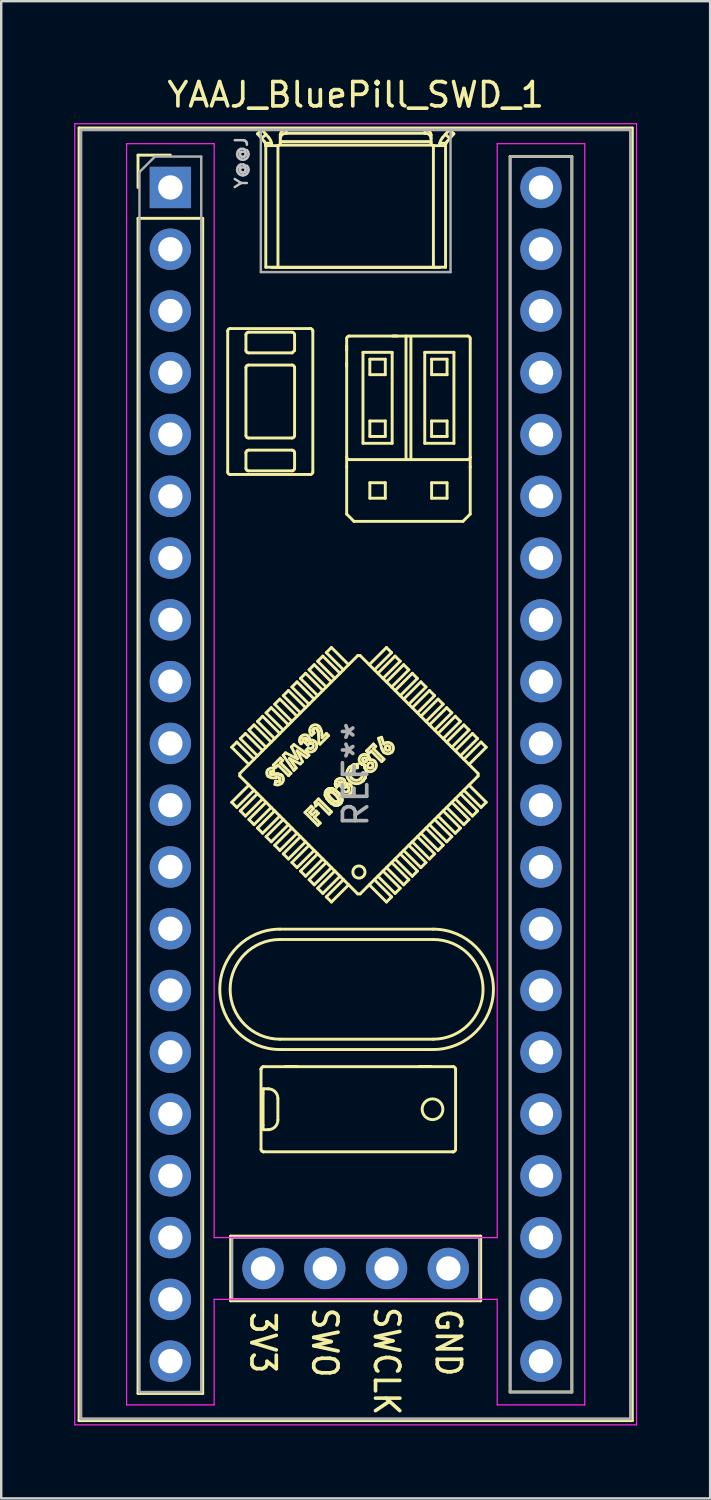
<source format=kicad_pcb>
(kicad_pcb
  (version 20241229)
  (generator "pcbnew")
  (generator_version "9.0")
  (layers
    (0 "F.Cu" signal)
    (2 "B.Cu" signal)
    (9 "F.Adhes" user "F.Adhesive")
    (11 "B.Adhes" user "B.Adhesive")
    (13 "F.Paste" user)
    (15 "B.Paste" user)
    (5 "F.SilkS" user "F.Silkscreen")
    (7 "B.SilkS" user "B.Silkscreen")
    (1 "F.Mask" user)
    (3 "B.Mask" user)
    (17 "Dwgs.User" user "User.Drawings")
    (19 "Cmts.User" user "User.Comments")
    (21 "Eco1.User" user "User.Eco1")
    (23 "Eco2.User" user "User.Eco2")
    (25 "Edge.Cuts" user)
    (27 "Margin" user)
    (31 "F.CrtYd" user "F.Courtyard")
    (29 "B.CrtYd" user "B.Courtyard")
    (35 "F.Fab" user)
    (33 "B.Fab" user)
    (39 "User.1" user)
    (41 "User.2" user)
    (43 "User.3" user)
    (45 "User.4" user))
  (footprint "YAAJ_BluePill_SWD_1"
    (layer "F.Cu")
    (at 3.955 4.658)
    (property "Reference" "YAAJ_BluePill_SWD_1" (at 7.62 -3.81 0) (layer "F.SilkS") (effects (font (size 1 1) (thickness 0.15))))
    (attr through_hole)
    (fp_line (start -3.755 -2.445) (end 18.995 -2.445) (stroke (width 0.12) (type solid)) (layer "F.SilkS"))
    (fp_line (start -3.755 50.705) (end -3.755 -2.445) (stroke (width 0.12) (type solid)) (layer "F.SilkS"))
    (fp_line (start -1.33 -1.33) (end 0 -1.33) (stroke (width 0.12) (type solid)) (layer "F.SilkS"))
    (fp_line (start -1.33 0) (end -1.33 -1.33) (stroke (width 0.12) (type solid)) (layer "F.SilkS"))
    (fp_line (start -1.33 1.27) (end 1.33 1.27) (stroke (width 0.12) (type solid)) (layer "F.SilkS"))
    (fp_line (start -1.33 49.59) (end -1.33 1.27) (stroke (width 0.12) (type solid)) (layer "F.SilkS"))
    (fp_line (start 1.33 1.27) (end 1.33 49.59) (stroke (width 0.12) (type solid)) (layer "F.SilkS"))
    (fp_line (start 1.33 49.59) (end -1.33 49.59) (stroke (width 0.12) (type solid)) (layer "F.SilkS"))
    (fp_line (start 2.358 5.902) (end 2.358 11.702) (stroke (width 0.12) (type solid)) (layer "F.SilkS"))
    (fp_line (start 2.458 11.802) (end 5.758 11.802) (stroke (width 0.12) (type solid)) (layer "F.SilkS"))
    (fp_line (start 2.48 43.12) (end 2.48 45.78) (stroke (width 0.12) (type solid)) (layer "F.SilkS"))
    (fp_line (start 2.48 45.78) (end 12.76 45.78) (stroke (width 0.12) (type solid)) (layer "F.SilkS"))
    (fp_line (start 2.522 23.017) (end 3.229 23.724) (stroke (width 0.12) (type solid)) (layer "F.SilkS"))
    (fp_line (start 2.522 25.28) (end 3.229 24.573) (stroke (width 0.12) (type solid)) (layer "F.SilkS"))
    (fp_line (start 2.734 22.805) (end 2.522 23.017) (stroke (width 0.12) (type solid)) (layer "F.SilkS"))
    (fp_line (start 2.734 22.805) (end 3.441 23.512) (stroke (width 0.12) (type solid)) (layer "F.SilkS"))
    (fp_line (start 2.734 25.492) (end 2.522 25.28) (stroke (width 0.12) (type solid)) (layer "F.SilkS"))
    (fp_line (start 2.734 25.492) (end 3.441 24.785) (stroke (width 0.12) (type solid)) (layer "F.SilkS"))
    (fp_line (start 2.855 24.199) (end 2.855 24.099) (stroke (width 0.12) (type solid)) (layer "F.SilkS"))
    (fp_line (start 2.855 24.199) (end 7.704 29.048) (stroke (width 0.12) (type solid)) (layer "F.SilkS"))
    (fp_line (start 2.875 22.664) (end 3.583 23.371) (stroke (width 0.12) (type solid)) (layer "F.SilkS"))
    (fp_line (start 2.875 25.634) (end 3.583 24.926) (stroke (width 0.12) (type solid)) (layer "F.SilkS"))
    (fp_line (start 3.088 22.452) (end 2.875 22.664) (stroke (width 0.12) (type solid)) (layer "F.SilkS"))
    (fp_line (start 3.088 22.452) (end 3.795 23.159) (stroke (width 0.12) (type solid)) (layer "F.SilkS"))
    (fp_line (start 3.088 25.846) (end 2.875 25.634) (stroke (width 0.12) (type solid)) (layer "F.SilkS"))
    (fp_line (start 3.088 25.846) (end 3.795 25.139) (stroke (width 0.12) (type solid)) (layer "F.SilkS"))
    (fp_line (start 3.108 6.702) (end 3.108 6.052) (stroke (width 0.12) (type solid)) (layer "F.SilkS"))
    (fp_line (start 3.108 10.202) (end 3.108 7.402) (stroke (width 0.12) (type solid)) (layer "F.SilkS"))
    (fp_line (start 3.108 11.552) (end 3.108 10.902) (stroke (width 0.12) (type solid)) (layer "F.SilkS"))
    (fp_line (start 3.208 5.952) (end 5.008 5.952) (stroke (width 0.12) (type solid)) (layer "F.SilkS"))
    (fp_line (start 3.208 7.302) (end 5.008 7.302) (stroke (width 0.12) (type solid)) (layer "F.SilkS"))
    (fp_line (start 3.208 10.802) (end 5.008 10.802) (stroke (width 0.12) (type solid)) (layer "F.SilkS"))
    (fp_line (start 3.229 22.31) (end 3.936 23.017) (stroke (width 0.12) (type solid)) (layer "F.SilkS"))
    (fp_line (start 3.229 25.987) (end 3.936 25.28) (stroke (width 0.12) (type solid)) (layer "F.SilkS"))
    (fp_line (start 3.441 22.098) (end 3.229 22.31) (stroke (width 0.12) (type solid)) (layer "F.SilkS"))
    (fp_line (start 3.441 22.098) (end 4.148 22.805) (stroke (width 0.12) (type solid)) (layer "F.SilkS"))
    (fp_line (start 3.441 26.199) (end 3.229 25.987) (stroke (width 0.12) (type solid)) (layer "F.SilkS"))
    (fp_line (start 3.441 26.199) (end 4.148 25.492) (stroke (width 0.12) (type solid)) (layer "F.SilkS"))
    (fp_line (start 3.583 -2.207) (end 3.861 -1.891) (stroke (width 0.12) (type solid)) (layer "F.SilkS"))
    (fp_line (start 3.583 21.957) (end 4.29 22.664) (stroke (width 0.12) (type solid)) (layer "F.SilkS"))
    (fp_line (start 3.583 26.341) (end 4.29 25.634) (stroke (width 0.12) (type solid)) (layer "F.SilkS"))
    (fp_line (start 3.728 36.253) (end 3.728 39.553) (stroke (width 0.12) (type solid)) (layer "F.SilkS"))
    (fp_line (start 3.728 36.252) (end 3.728 36.253) (stroke (width 0.12) (type solid)) (layer "F.SilkS"))
    (fp_line (start 3.748 -2.02) (end 3.933 -2.182) (stroke (width 0.12) (type solid)) (layer "F.SilkS"))
    (fp_line (start 3.767 -2.37) (end 3.583 -2.207) (stroke (width 0.12) (type solid)) (layer "F.SilkS"))
    (fp_line (start 3.795 21.744) (end 3.583 21.957) (stroke (width 0.12) (type solid)) (layer "F.SilkS"))
    (fp_line (start 3.795 21.744) (end 4.502 22.452) (stroke (width 0.12) (type solid)) (layer "F.SilkS"))
    (fp_line (start 3.795 26.553) (end 3.583 26.341) (stroke (width 0.12) (type solid)) (layer "F.SilkS"))
    (fp_line (start 3.795 26.553) (end 4.502 25.846) (stroke (width 0.12) (type solid)) (layer "F.SilkS"))
    (fp_line (start 3.812 38.544) (end 3.812 37.262) (stroke (width 0.12) (type solid)) (layer "F.SilkS"))
    (fp_line (start 3.827 39.653) (end 3.828 39.653) (stroke (width 0.12) (type solid)) (layer "F.SilkS"))
    (fp_line (start 3.828 36.153) (end 3.827 36.153) (stroke (width 0.12) (type solid)) (layer "F.SilkS"))
    (fp_line (start 3.828 36.153) (end 11.628 36.153) (stroke (width 0.12) (type solid)) (layer "F.SilkS"))
    (fp_line (start 3.828 39.653) (end 11.628 39.653) (stroke (width 0.12) (type solid)) (layer "F.SilkS"))
    (fp_line (start 3.834 38.744) (end 4.021 38.744) (stroke (width 0.12) (type solid)) (layer "F.SilkS"))
    (fp_line (start 3.924 -1.728) (end 3.929 -1.72) (stroke (width 0.12) (type solid)) (layer "F.SilkS"))
    (fp_line (start 3.924 -1.726) (end 3.924 -1.728) (stroke (width 0.12) (type solid)) (layer "F.SilkS"))
    (fp_line (start 3.924 -1.726) (end 3.924 3.28) (stroke (width 0.12) (type solid)) (layer "F.SilkS"))
    (fp_line (start 3.929 -1.72) (end 3.93 -1.72) (stroke (width 0.12) (type solid)) (layer "F.SilkS"))
    (fp_line (start 3.93 -1.72) (end 4.42 -1.72) (stroke (width 0.12) (type solid)) (layer "F.SilkS"))
    (fp_line (start 3.936 21.603) (end 4.643 22.31) (stroke (width 0.12) (type solid)) (layer "F.SilkS"))
    (fp_line (start 3.936 26.694) (end 4.643 25.987) (stroke (width 0.12) (type solid)) (layer "F.SilkS"))
    (fp_line (start 4.021 37.062) (end 3.834 37.062) (stroke (width 0.12) (type solid)) (layer "F.SilkS"))
    (fp_line (start 4.045 -2.055) (end 3.767 -2.37) (stroke (width 0.12) (type solid)) (layer "F.SilkS"))
    (fp_line (start 4.108 24.11) (end 4.126 24.122) (stroke (width 0.12) (type solid)) (layer "F.SilkS"))
    (fp_line (start 4.108 24.11) (end 4.126 24.122) (stroke (width 0.12) (type solid)) (layer "F.SilkS"))
    (fp_line (start 4.126 24.122) (end 4.142 24.127) (stroke (width 0.12) (type solid)) (layer "F.SilkS"))
    (fp_line (start 4.126 24.122) (end 4.142 24.127) (stroke (width 0.12) (type solid)) (layer "F.SilkS"))
    (fp_line (start 4.142 24.127) (end 4.221 24.127) (stroke (width 0.12) (type solid)) (layer "F.SilkS"))
    (fp_line (start 4.142 24.127) (end 4.221 24.127) (stroke (width 0.12) (type solid)) (layer "F.SilkS"))
    (fp_line (start 4.148 21.391) (end 3.936 21.603) (stroke (width 0.12) (type solid)) (layer "F.SilkS"))
    (fp_line (start 4.148 21.391) (end 4.855 22.098) (stroke (width 0.12) (type solid)) (layer "F.SilkS"))
    (fp_line (start 4.148 26.906) (end 3.936 26.694) (stroke (width 0.12) (type solid)) (layer "F.SilkS"))
    (fp_line (start 4.148 26.906) (end 4.855 26.199) (stroke (width 0.12) (type solid)) (layer "F.SilkS"))
    (fp_line (start 4.161 -1.82) (end 3.905 -1.82) (stroke (width 0.12) (type solid)) (layer "F.SilkS"))
    (fp_line (start 4.17 -1.72) (end 4.17 -1.724) (stroke (width 0.12) (type solid)) (layer "F.SilkS"))
    (fp_line (start 4.221 24.127) (end 4.283 24.123) (stroke (width 0.12) (type solid)) (layer "F.SilkS"))
    (fp_line (start 4.221 24.127) (end 4.283 24.123) (stroke (width 0.12) (type solid)) (layer "F.SilkS"))
    (fp_line (start 4.236 23.749) (end 4.522 23.463) (stroke (width 0.12) (type solid)) (layer "F.SilkS"))
    (fp_line (start 4.253 23.874) (end 4.247 24.011) (stroke (width 0.12) (type solid)) (layer "F.SilkS"))
    (fp_line (start 4.283 24.123) (end 4.355 24.118) (stroke (width 0.12) (type solid)) (layer "F.SilkS"))
    (fp_line (start 4.283 24.123) (end 4.355 24.118) (stroke (width 0.12) (type solid)) (layer "F.SilkS"))
    (fp_line (start 4.29 21.249) (end 4.997 21.957) (stroke (width 0.12) (type solid)) (layer "F.SilkS"))
    (fp_line (start 4.29 27.048) (end 4.997 26.341) (stroke (width 0.12) (type solid)) (layer "F.SilkS"))
    (fp_line (start 4.3 24.547) (end 4.334 24.413) (stroke (width 0.12) (type solid)) (layer "F.SilkS"))
    (fp_line (start 4.331 23.844) (end 4.236 23.749) (stroke (width 0.12) (type solid)) (layer "F.SilkS"))
    (fp_line (start 4.334 24.413) (end 4.424 24.424) (stroke (width 0.12) (type solid)) (layer "F.SilkS"))
    (fp_line (start 4.334 24.413) (end 4.424 24.424) (stroke (width 0.12) (type solid)) (layer "F.SilkS"))
    (fp_line (start 4.355 24.118) (end 4.412 24.116) (stroke (width 0.12) (type solid)) (layer "F.SilkS"))
    (fp_line (start 4.355 24.118) (end 4.412 24.116) (stroke (width 0.12) (type solid)) (layer "F.SilkS"))
    (fp_line (start 4.412 24.116) (end 4.518 24.135) (stroke (width 0.12) (type solid)) (layer "F.SilkS"))
    (fp_line (start 4.412 24.116) (end 4.518 24.135) (stroke (width 0.12) (type solid)) (layer "F.SilkS"))
    (fp_line (start 4.42 -1.72) (end 4.424 -1.72) (stroke (width 0.12) (type solid)) (layer "F.SilkS"))
    (fp_line (start 4.421 37.462) (end 4.421 38.344) (stroke (width 0.12) (type solid)) (layer "F.SilkS"))
    (fp_line (start 4.424 -1.72) (end 4.424 3.29) (stroke (width 0.12) (type solid)) (layer "F.SilkS"))
    (fp_line (start 4.424 24.424) (end 4.459 24.415) (stroke (width 0.12) (type solid)) (layer "F.SilkS"))
    (fp_line (start 4.424 24.424) (end 4.459 24.415) (stroke (width 0.12) (type solid)) (layer "F.SilkS"))
    (fp_line (start 4.427 23.749) (end 4.331 23.844) (stroke (width 0.12) (type solid)) (layer "F.SilkS"))
    (fp_line (start 4.459 24.415) (end 4.489 24.394) (stroke (width 0.12) (type solid)) (layer "F.SilkS"))
    (fp_line (start 4.459 24.415) (end 4.489 24.394) (stroke (width 0.12) (type solid)) (layer "F.SilkS"))
    (fp_line (start 4.502 21.037) (end 4.29 21.249) (stroke (width 0.12) (type solid)) (layer "F.SilkS"))
    (fp_line (start 4.502 21.037) (end 5.209 21.744) (stroke (width 0.12) (type solid)) (layer "F.SilkS"))
    (fp_line (start 4.502 27.26) (end 4.29 27.048) (stroke (width 0.12) (type solid)) (layer "F.SilkS"))
    (fp_line (start 4.502 27.26) (end 5.209 26.553) (stroke (width 0.12) (type solid)) (layer "F.SilkS"))
    (fp_line (start 4.508 30.923) (end 10.808 30.923) (stroke (width 0.12) (type solid)) (layer "F.SilkS"))
    (fp_line (start 4.508 35.448) (end 10.808 35.448) (stroke (width 0.12) (type solid)) (layer "F.SilkS"))
    (fp_line (start 4.518 24.135) (end 4.588 24.183) (stroke (width 0.12) (type solid)) (layer "F.SilkS"))
    (fp_line (start 4.518 24.135) (end 4.588 24.183) (stroke (width 0.12) (type solid)) (layer "F.SilkS"))
    (fp_line (start 4.52 -2.165) (end 4.52 -1.82) (stroke (width 0.12) (type solid)) (layer "F.SilkS"))
    (fp_line (start 4.52 -1.885) (end 10.72 -1.885) (stroke (width 0.12) (type solid)) (layer "F.SilkS"))
    (fp_line (start 4.522 23.463) (end 4.617 23.559) (stroke (width 0.12) (type solid)) (layer "F.SilkS"))
    (fp_line (start 4.522 23.654) (end 4.957 24.089) (stroke (width 0.12) (type solid)) (layer "F.SilkS"))
    (fp_line (start 4.617 23.559) (end 4.522 23.654) (stroke (width 0.12) (type solid)) (layer "F.SilkS"))
    (fp_line (start 4.639 23.347) (end 4.737 23.248) (stroke (width 0.12) (type solid)) (layer "F.SilkS"))
    (fp_line (start 4.643 20.896) (end 5.35 21.603) (stroke (width 0.12) (type solid)) (layer "F.SilkS"))
    (fp_line (start 4.643 27.401) (end 5.35 26.694) (stroke (width 0.12) (type solid)) (layer "F.SilkS"))
    (fp_line (start 4.737 23.248) (end 5.228 23.497) (stroke (width 0.12) (type solid)) (layer "F.SilkS"))
    (fp_line (start 4.77 -2.227) (end 4.77 -2.37) (stroke (width 0.12) (type solid)) (layer "F.SilkS"))
    (fp_line (start 4.855 20.684) (end 4.643 20.896) (stroke (width 0.12) (type solid)) (layer "F.SilkS"))
    (fp_line (start 4.855 20.684) (end 5.562 21.391) (stroke (width 0.12) (type solid)) (layer "F.SilkS"))
    (fp_line (start 4.855 27.613) (end 4.643 27.401) (stroke (width 0.12) (type solid)) (layer "F.SilkS"))
    (fp_line (start 4.855 27.613) (end 5.562 26.906) (stroke (width 0.12) (type solid)) (layer "F.SilkS"))
    (fp_line (start 4.862 24.184) (end 4.427 23.749) (stroke (width 0.12) (type solid)) (layer "F.SilkS"))
    (fp_line (start 4.897 23.479) (end 5.176 23.87) (stroke (width 0.12) (type solid)) (layer "F.SilkS"))
    (fp_line (start 4.957 24.089) (end 4.862 24.184) (stroke (width 0.12) (type solid)) (layer "F.SilkS"))
    (fp_line (start 4.98 23.005) (end 5.078 22.907) (stroke (width 0.12) (type solid)) (layer "F.SilkS"))
    (fp_line (start 4.997 20.542) (end 5.704 21.249) (stroke (width 0.12) (type solid)) (layer "F.SilkS"))
    (fp_line (start 4.997 27.755) (end 5.704 27.048) (stroke (width 0.12) (type solid)) (layer "F.SilkS"))
    (fp_line (start 5.008 6.802) (end 3.208 6.802) (stroke (width 0.12) (type solid)) (layer "F.SilkS"))
    (fp_line (start 5.008 6.802) (end 5.108 6.702) (stroke (width 0.12) (type solid)) (layer "F.SilkS"))
    (fp_line (start 5.008 10.302) (end 3.208 10.302) (stroke (width 0.12) (type solid)) (layer "F.SilkS"))
    (fp_line (start 5.008 11.652) (end 3.208 11.652) (stroke (width 0.12) (type solid)) (layer "F.SilkS"))
    (fp_line (start 5.078 22.907) (end 5.698 23.348) (stroke (width 0.12) (type solid)) (layer "F.SilkS"))
    (fp_line (start 5.079 23.967) (end 4.639 23.347) (stroke (width 0.12) (type solid)) (layer "F.SilkS"))
    (fp_line (start 5.108 6.052) (end 5.108 6.702) (stroke (width 0.12) (type solid)) (layer "F.SilkS"))
    (fp_line (start 5.108 7.402) (end 5.108 10.202) (stroke (width 0.12) (type solid)) (layer "F.SilkS"))
    (fp_line (start 5.108 10.902) (end 5.108 11.552) (stroke (width 0.12) (type solid)) (layer "F.SilkS"))
    (fp_line (start 5.176 23.87) (end 5.079 23.967) (stroke (width 0.12) (type solid)) (layer "F.SilkS"))
    (fp_line (start 5.209 20.33) (end 4.997 20.542) (stroke (width 0.12) (type solid)) (layer "F.SilkS"))
    (fp_line (start 5.209 20.33) (end 5.916 21.037) (stroke (width 0.12) (type solid)) (layer "F.SilkS"))
    (fp_line (start 5.209 27.967) (end 4.997 27.755) (stroke (width 0.12) (type solid)) (layer "F.SilkS"))
    (fp_line (start 5.209 27.967) (end 5.916 27.26) (stroke (width 0.12) (type solid)) (layer "F.SilkS"))
    (fp_line (start 5.21 23.166) (end 5.435 23.611) (stroke (width 0.12) (type solid)) (layer "F.SilkS"))
    (fp_line (start 5.228 36.143) (end 4.728 36.143) (stroke (width 0.12) (type solid)) (layer "F.SilkS"))
    (fp_line (start 5.228 23.497) (end 4.98 23.005) (stroke (width 0.12) (type solid)) (layer "F.SilkS"))
    (fp_line (start 5.319 22.738) (end 5.339 22.637) (stroke (width 0.12) (type solid)) (layer "F.SilkS"))
    (fp_line (start 5.319 22.738) (end 5.339 22.637) (stroke (width 0.12) (type solid)) (layer "F.SilkS"))
    (fp_line (start 5.331 22.801) (end 5.319 22.738) (stroke (width 0.12) (type solid)) (layer "F.SilkS"))
    (fp_line (start 5.331 22.801) (end 5.319 22.738) (stroke (width 0.12) (type solid)) (layer "F.SilkS"))
    (fp_line (start 5.339 22.637) (end 5.387 22.571) (stroke (width 0.12) (type solid)) (layer "F.SilkS"))
    (fp_line (start 5.339 22.637) (end 5.387 22.571) (stroke (width 0.12) (type solid)) (layer "F.SilkS"))
    (fp_line (start 5.342 23.704) (end 4.897 23.479) (stroke (width 0.12) (type solid)) (layer "F.SilkS"))
    (fp_line (start 5.35 20.189) (end 6.057 20.896) (stroke (width 0.12) (type solid)) (layer "F.SilkS"))
    (fp_line (start 5.35 28.108) (end 6.057 27.401) (stroke (width 0.12) (type solid)) (layer "F.SilkS"))
    (fp_line (start 5.372 22.872) (end 5.331 22.801) (stroke (width 0.12) (type solid)) (layer "F.SilkS"))
    (fp_line (start 5.372 22.872) (end 5.331 22.801) (stroke (width 0.12) (type solid)) (layer "F.SilkS"))
    (fp_line (start 5.435 23.611) (end 5.342 23.704) (stroke (width 0.12) (type solid)) (layer "F.SilkS"))
    (fp_line (start 5.467 22.777) (end 5.372 22.872) (stroke (width 0.12) (type solid)) (layer "F.SilkS"))
    (fp_line (start 5.535 25.7) (end 5.793 25.442) (stroke (width 0.12) (type solid)) (layer "F.SilkS"))
    (fp_line (start 5.549 22.831) (end 5.6 22.752) (stroke (width 0.12) (type solid)) (layer "F.SilkS"))
    (fp_line (start 5.549 22.831) (end 5.6 22.752) (stroke (width 0.12) (type solid)) (layer "F.SilkS"))
    (fp_line (start 5.562 19.977) (end 5.35 20.189) (stroke (width 0.12) (type solid)) (layer "F.SilkS"))
    (fp_line (start 5.562 19.977) (end 6.27 20.684) (stroke (width 0.12) (type solid)) (layer "F.SilkS"))
    (fp_line (start 5.562 28.321) (end 5.35 28.108) (stroke (width 0.12) (type solid)) (layer "F.SilkS"))
    (fp_line (start 5.562 28.321) (end 6.27 27.613) (stroke (width 0.12) (type solid)) (layer "F.SilkS"))
    (fp_line (start 5.583 23.137) (end 5.678 23.042) (stroke (width 0.12) (type solid)) (layer "F.SilkS"))
    (fp_line (start 5.598 22.683) (end 5.585 22.664) (stroke (width 0.12) (type solid)) (layer "F.SilkS"))
    (fp_line (start 5.598 22.683) (end 5.585 22.664) (stroke (width 0.12) (type solid)) (layer "F.SilkS"))
    (fp_line (start 5.6 22.752) (end 5.605 22.706) (stroke (width 0.12) (type solid)) (layer "F.SilkS"))
    (fp_line (start 5.6 22.752) (end 5.605 22.706) (stroke (width 0.12) (type solid)) (layer "F.SilkS"))
    (fp_line (start 5.602 23.444) (end 5.21 23.166) (stroke (width 0.12) (type solid)) (layer "F.SilkS"))
    (fp_line (start 5.605 22.706) (end 5.598 22.683) (stroke (width 0.12) (type solid)) (layer "F.SilkS"))
    (fp_line (start 5.605 22.706) (end 5.598 22.683) (stroke (width 0.12) (type solid)) (layer "F.SilkS"))
    (fp_line (start 5.637 22.92) (end 5.549 22.831) (stroke (width 0.12) (type solid)) (layer "F.SilkS"))
    (fp_line (start 5.698 23.348) (end 5.602 23.444) (stroke (width 0.12) (type solid)) (layer "F.SilkS"))
    (fp_line (start 5.704 19.835) (end 6.411 20.542) (stroke (width 0.12) (type solid)) (layer "F.SilkS"))
    (fp_line (start 5.704 28.462) (end 6.411 27.755) (stroke (width 0.12) (type solid)) (layer "F.SilkS"))
    (fp_line (start 5.725 25.7) (end 5.827 25.802) (stroke (width 0.12) (type solid)) (layer "F.SilkS"))
    (fp_line (start 5.738 22.854) (end 5.637 22.92) (stroke (width 0.12) (type solid)) (layer "F.SilkS"))
    (fp_line (start 5.738 22.854) (end 5.637 22.92) (stroke (width 0.12) (type solid)) (layer "F.SilkS"))
    (fp_line (start 5.758 5.802) (end 2.458 5.802) (stroke (width 0.12) (type solid)) (layer "F.SilkS"))
    (fp_line (start 5.762 5.802) (end 5.758 5.802) (stroke (width 0.12) (type solid)) (layer "F.SilkS"))
    (fp_line (start 5.793 25.442) (end 5.888 25.537) (stroke (width 0.12) (type solid)) (layer "F.SilkS"))
    (fp_line (start 5.798 22.849) (end 5.738 22.854) (stroke (width 0.12) (type solid)) (layer "F.SilkS"))
    (fp_line (start 5.798 22.849) (end 5.738 22.854) (stroke (width 0.12) (type solid)) (layer "F.SilkS"))
    (fp_line (start 5.827 25.802) (end 5.99 25.639) (stroke (width 0.12) (type solid)) (layer "F.SilkS"))
    (fp_line (start 5.827 22.858) (end 5.798 22.849) (stroke (width 0.12) (type solid)) (layer "F.SilkS"))
    (fp_line (start 5.827 22.858) (end 5.798 22.849) (stroke (width 0.12) (type solid)) (layer "F.SilkS"))
    (fp_line (start 5.852 22.876) (end 5.827 22.858) (stroke (width 0.12) (type solid)) (layer "F.SilkS"))
    (fp_line (start 5.852 22.876) (end 5.827 22.858) (stroke (width 0.12) (type solid)) (layer "F.SilkS"))
    (fp_line (start 5.858 11.702) (end 5.858 5.902) (stroke (width 0.12) (type solid)) (layer "F.SilkS"))
    (fp_line (start 5.862 22.307) (end 5.866 22.36) (stroke (width 0.12) (type solid)) (layer "F.SilkS"))
    (fp_line (start 5.862 22.307) (end 5.866 22.36) (stroke (width 0.12) (type solid)) (layer "F.SilkS"))
    (fp_line (start 5.866 22.36) (end 5.909 22.43) (stroke (width 0.12) (type solid)) (layer "F.SilkS"))
    (fp_line (start 5.866 22.36) (end 5.909 22.43) (stroke (width 0.12) (type solid)) (layer "F.SilkS"))
    (fp_line (start 5.887 22.261) (end 5.862 22.307) (stroke (width 0.12) (type solid)) (layer "F.SilkS"))
    (fp_line (start 5.887 22.261) (end 5.862 22.307) (stroke (width 0.12) (type solid)) (layer "F.SilkS"))
    (fp_line (start 5.888 25.537) (end 5.725 25.7) (stroke (width 0.12) (type solid)) (layer "F.SilkS"))
    (fp_line (start 5.909 22.43) (end 5.814 22.525) (stroke (width 0.12) (type solid)) (layer "F.SilkS"))
    (fp_line (start 5.916 19.623) (end 5.704 19.835) (stroke (width 0.12) (type solid)) (layer "F.SilkS"))
    (fp_line (start 5.916 19.623) (end 6.623 20.33) (stroke (width 0.12) (type solid)) (layer "F.SilkS"))
    (fp_line (start 5.916 28.674) (end 5.704 28.462) (stroke (width 0.12) (type solid)) (layer "F.SilkS"))
    (fp_line (start 5.916 28.674) (end 6.623 27.967) (stroke (width 0.12) (type solid)) (layer "F.SilkS"))
    (fp_line (start 5.922 25.898) (end 6.16 26.136) (stroke (width 0.12) (type solid)) (layer "F.SilkS"))
    (fp_line (start 5.945 25.29) (end 6.092 25.143) (stroke (width 0.12) (type solid)) (layer "F.SilkS"))
    (fp_line (start 5.977 25.435) (end 5.945 25.29) (stroke (width 0.12) (type solid)) (layer "F.SilkS"))
    (fp_line (start 5.99 25.639) (end 6.086 25.734) (stroke (width 0.12) (type solid)) (layer "F.SilkS"))
    (fp_line (start 6.057 19.482) (end 6.765 20.189) (stroke (width 0.12) (type solid)) (layer "F.SilkS"))
    (fp_line (start 6.057 28.815) (end 6.765 28.108) (stroke (width 0.12) (type solid)) (layer "F.SilkS"))
    (fp_line (start 6.065 26.231) (end 5.535 25.7) (stroke (width 0.12) (type solid)) (layer "F.SilkS"))
    (fp_line (start 6.08 22.368) (end 6.027 22.263) (stroke (width 0.12) (type solid)) (layer "F.SilkS"))
    (fp_line (start 6.08 22.368) (end 6.027 22.263) (stroke (width 0.12) (type solid)) (layer "F.SilkS"))
    (fp_line (start 6.086 25.326) (end 5.977 25.435) (stroke (width 0.12) (type solid)) (layer "F.SilkS"))
    (fp_line (start 6.086 25.734) (end 5.922 25.898) (stroke (width 0.12) (type solid)) (layer "F.SilkS"))
    (fp_line (start 6.092 25.143) (end 6.623 25.673) (stroke (width 0.12) (type solid)) (layer "F.SilkS"))
    (fp_line (start 6.095 22.52) (end 6.08 22.368) (stroke (width 0.12) (type solid)) (layer "F.SilkS"))
    (fp_line (start 6.095 22.52) (end 6.08 22.368) (stroke (width 0.12) (type solid)) (layer "F.SilkS"))
    (fp_line (start 6.105 22.844) (end 6.095 22.52) (stroke (width 0.12) (type solid)) (layer "F.SilkS"))
    (fp_line (start 6.154 22.892) (end 6.105 22.844) (stroke (width 0.12) (type solid)) (layer "F.SilkS"))
    (fp_line (start 6.16 26.136) (end 6.065 26.231) (stroke (width 0.12) (type solid)) (layer "F.SilkS"))
    (fp_line (start 6.232 22.51) (end 6.24 22.629) (stroke (width 0.12) (type solid)) (layer "F.SilkS"))
    (fp_line (start 6.24 22.629) (end 6.419 22.45) (stroke (width 0.12) (type solid)) (layer "F.SilkS"))
    (fp_line (start 6.27 19.27) (end 6.057 19.482) (stroke (width 0.12) (type solid)) (layer "F.SilkS"))
    (fp_line (start 6.27 19.27) (end 6.977 19.977) (stroke (width 0.12) (type solid)) (layer "F.SilkS"))
    (fp_line (start 6.27 29.028) (end 6.057 28.815) (stroke (width 0.12) (type solid)) (layer "F.SilkS"))
    (fp_line (start 6.27 29.028) (end 6.977 28.321) (stroke (width 0.12) (type solid)) (layer "F.SilkS"))
    (fp_line (start 6.365 24.988) (end 6.373 24.863) (stroke (width 0.12) (type solid)) (layer "F.SilkS"))
    (fp_line (start 6.365 24.988) (end 6.373 24.863) (stroke (width 0.12) (type solid)) (layer "F.SilkS"))
    (fp_line (start 6.373 24.863) (end 6.427 24.781) (stroke (width 0.12) (type solid)) (layer "F.SilkS"))
    (fp_line (start 6.373 24.863) (end 6.427 24.781) (stroke (width 0.12) (type solid)) (layer "F.SilkS"))
    (fp_line (start 6.411 19.128) (end 7.118 19.835) (stroke (width 0.12) (type solid)) (layer "F.SilkS"))
    (fp_line (start 6.411 29.169) (end 7.118 28.462) (stroke (width 0.12) (type solid)) (layer "F.SilkS"))
    (fp_line (start 6.419 22.45) (end 6.507 22.539) (stroke (width 0.12) (type solid)) (layer "F.SilkS"))
    (fp_line (start 6.421 25.111) (end 6.365 24.988) (stroke (width 0.12) (type solid)) (layer "F.SilkS"))
    (fp_line (start 6.421 25.111) (end 6.365 24.988) (stroke (width 0.12) (type solid)) (layer "F.SilkS"))
    (fp_line (start 6.427 24.781) (end 6.48 24.74) (stroke (width 0.12) (type solid)) (layer "F.SilkS"))
    (fp_line (start 6.427 24.781) (end 6.48 24.74) (stroke (width 0.12) (type solid)) (layer "F.SilkS"))
    (fp_line (start 6.48 24.74) (end 6.541 24.715) (stroke (width 0.12) (type solid)) (layer "F.SilkS"))
    (fp_line (start 6.48 24.74) (end 6.541 24.715) (stroke (width 0.12) (type solid)) (layer "F.SilkS"))
    (fp_line (start 6.496 24.948) (end 6.524 25.024) (stroke (width 0.12) (type solid)) (layer "F.SilkS"))
    (fp_line (start 6.496 24.948) (end 6.524 25.024) (stroke (width 0.12) (type solid)) (layer "F.SilkS"))
    (fp_line (start 6.503 24.908) (end 6.496 24.948) (stroke (width 0.12) (type solid)) (layer "F.SilkS"))
    (fp_line (start 6.503 24.908) (end 6.496 24.948) (stroke (width 0.12) (type solid)) (layer "F.SilkS"))
    (fp_line (start 6.507 22.539) (end 6.154 22.892) (stroke (width 0.12) (type solid)) (layer "F.SilkS"))
    (fp_line (start 6.524 25.024) (end 6.629 25.149) (stroke (width 0.12) (type solid)) (layer "F.SilkS"))
    (fp_line (start 6.524 25.024) (end 6.629 25.149) (stroke (width 0.12) (type solid)) (layer "F.SilkS"))
    (fp_line (start 6.525 24.874) (end 6.503 24.908) (stroke (width 0.12) (type solid)) (layer "F.SilkS"))
    (fp_line (start 6.525 24.874) (end 6.503 24.908) (stroke (width 0.12) (type solid)) (layer "F.SilkS"))
    (fp_line (start 6.528 25.768) (end 6.086 25.326) (stroke (width 0.12) (type solid)) (layer "F.SilkS"))
    (fp_line (start 6.533 25.243) (end 6.421 25.111) (stroke (width 0.12) (type solid)) (layer "F.SilkS"))
    (fp_line (start 6.533 25.243) (end 6.421 25.111) (stroke (width 0.12) (type solid)) (layer "F.SilkS"))
    (fp_line (start 6.541 24.715) (end 6.608 24.71) (stroke (width 0.12) (type solid)) (layer "F.SilkS"))
    (fp_line (start 6.541 24.715) (end 6.608 24.71) (stroke (width 0.12) (type solid)) (layer "F.SilkS"))
    (fp_line (start 6.558 24.852) (end 6.525 24.874) (stroke (width 0.12) (type solid)) (layer "F.SilkS"))
    (fp_line (start 6.558 24.852) (end 6.525 24.874) (stroke (width 0.12) (type solid)) (layer "F.SilkS"))
    (fp_line (start 6.597 24.848) (end 6.558 24.852) (stroke (width 0.12) (type solid)) (layer "F.SilkS"))
    (fp_line (start 6.597 24.848) (end 6.558 24.852) (stroke (width 0.12) (type solid)) (layer "F.SilkS"))
    (fp_line (start 6.608 24.71) (end 6.673 24.725) (stroke (width 0.12) (type solid)) (layer "F.SilkS"))
    (fp_line (start 6.608 24.71) (end 6.673 24.725) (stroke (width 0.12) (type solid)) (layer "F.SilkS"))
    (fp_line (start 6.623 25.673) (end 6.528 25.768) (stroke (width 0.12) (type solid)) (layer "F.SilkS"))
    (fp_line (start 6.623 18.916) (end 6.411 19.128) (stroke (width 0.12) (type solid)) (layer "F.SilkS"))
    (fp_line (start 6.623 18.916) (end 7.33 19.623) (stroke (width 0.12) (type solid)) (layer "F.SilkS"))
    (fp_line (start 6.623 29.381) (end 6.411 29.169) (stroke (width 0.12) (type solid)) (layer "F.SilkS"))
    (fp_line (start 6.623 29.381) (end 7.33 28.674) (stroke (width 0.12) (type solid)) (layer "F.SilkS"))
    (fp_line (start 6.629 25.149) (end 6.749 25.246) (stroke (width 0.12) (type solid)) (layer "F.SilkS"))
    (fp_line (start 6.629 25.149) (end 6.749 25.246) (stroke (width 0.12) (type solid)) (layer "F.SilkS"))
    (fp_line (start 6.631 25.331) (end 6.533 25.243) (stroke (width 0.12) (type solid)) (layer "F.SilkS"))
    (fp_line (start 6.631 25.331) (end 6.533 25.243) (stroke (width 0.12) (type solid)) (layer "F.SilkS"))
    (fp_line (start 6.671 24.873) (end 6.597 24.848) (stroke (width 0.12) (type solid)) (layer "F.SilkS"))
    (fp_line (start 6.671 24.873) (end 6.597 24.848) (stroke (width 0.12) (type solid)) (layer "F.SilkS"))
    (fp_line (start 6.673 24.725) (end 6.788 24.789) (stroke (width 0.12) (type solid)) (layer "F.SilkS"))
    (fp_line (start 6.673 24.725) (end 6.788 24.789) (stroke (width 0.12) (type solid)) (layer "F.SilkS"))
    (fp_line (start 6.746 25.394) (end 6.631 25.331) (stroke (width 0.12) (type solid)) (layer "F.SilkS"))
    (fp_line (start 6.746 25.394) (end 6.631 25.331) (stroke (width 0.12) (type solid)) (layer "F.SilkS"))
    (fp_line (start 6.749 25.246) (end 6.822 25.268) (stroke (width 0.12) (type solid)) (layer "F.SilkS"))
    (fp_line (start 6.749 25.246) (end 6.822 25.268) (stroke (width 0.12) (type solid)) (layer "F.SilkS"))
    (fp_line (start 6.781 24.526) (end 6.801 24.425) (stroke (width 0.12) (type solid)) (layer "F.SilkS"))
    (fp_line (start 6.781 24.526) (end 6.801 24.425) (stroke (width 0.12) (type solid)) (layer "F.SilkS"))
    (fp_line (start 6.788 24.789) (end 6.888 24.878) (stroke (width 0.12) (type solid)) (layer "F.SilkS"))
    (fp_line (start 6.788 24.789) (end 6.888 24.878) (stroke (width 0.12) (type solid)) (layer "F.SilkS"))
    (fp_line (start 6.793 24.973) (end 6.671 24.873) (stroke (width 0.12) (type solid)) (layer "F.SilkS"))
    (fp_line (start 6.793 24.973) (end 6.671 24.873) (stroke (width 0.12) (type solid)) (layer "F.SilkS"))
    (fp_line (start 6.793 24.589) (end 6.781 24.526) (stroke (width 0.12) (type solid)) (layer "F.SilkS"))
    (fp_line (start 6.793 24.589) (end 6.781 24.526) (stroke (width 0.12) (type solid)) (layer "F.SilkS"))
    (fp_line (start 6.801 24.425) (end 6.849 24.359) (stroke (width 0.12) (type solid)) (layer "F.SilkS"))
    (fp_line (start 6.801 24.425) (end 6.849 24.359) (stroke (width 0.12) (type solid)) (layer "F.SilkS"))
    (fp_line (start 6.811 25.407) (end 6.746 25.394) (stroke (width 0.12) (type solid)) (layer "F.SilkS"))
    (fp_line (start 6.811 25.407) (end 6.746 25.394) (stroke (width 0.12) (type solid)) (layer "F.SilkS"))
    (fp_line (start 6.822 25.268) (end 6.86 25.262) (stroke (width 0.12) (type solid)) (layer "F.SilkS"))
    (fp_line (start 6.822 25.268) (end 6.86 25.262) (stroke (width 0.12) (type solid)) (layer "F.SilkS"))
    (fp_line (start 6.834 24.66) (end 6.793 24.589) (stroke (width 0.12) (type solid)) (layer "F.SilkS"))
    (fp_line (start 6.834 24.66) (end 6.793 24.589) (stroke (width 0.12) (type solid)) (layer "F.SilkS"))
    (fp_line (start 6.856 25.043) (end 6.793 24.973) (stroke (width 0.12) (type solid)) (layer "F.SilkS"))
    (fp_line (start 6.856 25.043) (end 6.793 24.973) (stroke (width 0.12) (type solid)) (layer "F.SilkS"))
    (fp_line (start 6.86 25.262) (end 6.892 25.241) (stroke (width 0.12) (type solid)) (layer "F.SilkS"))
    (fp_line (start 6.86 25.262) (end 6.892 25.241) (stroke (width 0.12) (type solid)) (layer "F.SilkS"))
    (fp_line (start 6.876 25.402) (end 6.811 25.407) (stroke (width 0.12) (type solid)) (layer "F.SilkS"))
    (fp_line (start 6.876 25.402) (end 6.811 25.407) (stroke (width 0.12) (type solid)) (layer "F.SilkS"))
    (fp_line (start 6.888 24.878) (end 6.976 24.977) (stroke (width 0.12) (type solid)) (layer "F.SilkS"))
    (fp_line (start 6.888 24.878) (end 6.976 24.977) (stroke (width 0.12) (type solid)) (layer "F.SilkS"))
    (fp_line (start 6.914 25.146) (end 6.856 25.043) (stroke (width 0.12) (type solid)) (layer "F.SilkS"))
    (fp_line (start 6.914 25.146) (end 6.856 25.043) (stroke (width 0.12) (type solid)) (layer "F.SilkS"))
    (fp_line (start 6.929 24.565) (end 6.834 24.66) (stroke (width 0.12) (type solid)) (layer "F.SilkS"))
    (fp_line (start 6.936 25.377) (end 6.876 25.402) (stroke (width 0.12) (type solid)) (layer "F.SilkS"))
    (fp_line (start 6.936 25.377) (end 6.876 25.402) (stroke (width 0.12) (type solid)) (layer "F.SilkS"))
    (fp_line (start 6.976 24.977) (end 7.041 25.092) (stroke (width 0.12) (type solid)) (layer "F.SilkS"))
    (fp_line (start 6.976 24.977) (end 7.041 25.092) (stroke (width 0.12) (type solid)) (layer "F.SilkS"))
    (fp_line (start 6.988 25.335) (end 6.936 25.377) (stroke (width 0.12) (type solid)) (layer "F.SilkS"))
    (fp_line (start 6.988 25.335) (end 6.936 25.377) (stroke (width 0.12) (type solid)) (layer "F.SilkS"))
    (fp_line (start 7.01 24.619) (end 7.062 24.54) (stroke (width 0.12) (type solid)) (layer "F.SilkS"))
    (fp_line (start 7.01 24.619) (end 7.062 24.54) (stroke (width 0.12) (type solid)) (layer "F.SilkS"))
    (fp_line (start 7.029 25.284) (end 6.988 25.335) (stroke (width 0.12) (type solid)) (layer "F.SilkS"))
    (fp_line (start 7.029 25.284) (end 6.988 25.335) (stroke (width 0.12) (type solid)) (layer "F.SilkS"))
    (fp_line (start 7.041 25.092) (end 7.057 25.157) (stroke (width 0.12) (type solid)) (layer "F.SilkS"))
    (fp_line (start 7.041 25.092) (end 7.057 25.157) (stroke (width 0.12) (type solid)) (layer "F.SilkS"))
    (fp_line (start 7.044 24.925) (end 7.14 24.83) (stroke (width 0.12) (type solid)) (layer "F.SilkS"))
    (fp_line (start 7.054 25.223) (end 7.029 25.284) (stroke (width 0.12) (type solid)) (layer "F.SilkS"))
    (fp_line (start 7.054 25.223) (end 7.029 25.284) (stroke (width 0.12) (type solid)) (layer "F.SilkS"))
    (fp_line (start 7.057 25.157) (end 7.054 25.223) (stroke (width 0.12) (type solid)) (layer "F.SilkS"))
    (fp_line (start 7.057 25.157) (end 7.054 25.223) (stroke (width 0.12) (type solid)) (layer "F.SilkS"))
    (fp_line (start 7.06 24.471) (end 7.047 24.452) (stroke (width 0.12) (type solid)) (layer "F.SilkS"))
    (fp_line (start 7.06 24.471) (end 7.047 24.452) (stroke (width 0.12) (type solid)) (layer "F.SilkS"))
    (fp_line (start 7.062 24.54) (end 7.067 24.494) (stroke (width 0.12) (type solid)) (layer "F.SilkS"))
    (fp_line (start 7.062 24.54) (end 7.067 24.494) (stroke (width 0.12) (type solid)) (layer "F.SilkS"))
    (fp_line (start 7.067 24.494) (end 7.06 24.471) (stroke (width 0.12) (type solid)) (layer "F.SilkS"))
    (fp_line (start 7.067 24.494) (end 7.06 24.471) (stroke (width 0.12) (type solid)) (layer "F.SilkS"))
    (fp_line (start 7.099 24.708) (end 7.01 24.619) (stroke (width 0.12) (type solid)) (layer "F.SilkS"))
    (fp_line (start 7.2 24.642) (end 7.099 24.708) (stroke (width 0.12) (type solid)) (layer "F.SilkS"))
    (fp_line (start 7.2 24.642) (end 7.099 24.708) (stroke (width 0.12) (type solid)) (layer "F.SilkS"))
    (fp_line (start 7.249 6.502) (end 7.249 6.691) (stroke (width 0.12) (type solid)) (layer "F.SilkS"))
    (fp_line (start 7.249 7.231) (end 7.249 7.265) (stroke (width 0.12) (type solid)) (layer "F.SilkS"))
    (fp_line (start 7.249 7.315) (end 7.249 7.359) (stroke (width 0.12) (type solid)) (layer "F.SilkS"))
    (fp_line (start 7.25 11.09) (end 7.25 6.21) (stroke (width 0.12) (type solid)) (layer "F.SilkS"))
    (fp_line (start 7.25 11.09) (end 7.25 11.49) (stroke (width 0.12) (type solid)) (layer "F.SilkS"))
    (fp_line (start 7.25 11.49) (end 7.25 13.43) (stroke (width 0.12) (type solid)) (layer "F.SilkS"))
    (fp_line (start 7.25 13.43) (end 7.55 13.73) (stroke (width 0.12) (type solid)) (layer "F.SilkS"))
    (fp_line (start 7.26 24.637) (end 7.2 24.642) (stroke (width 0.12) (type solid)) (layer "F.SilkS"))
    (fp_line (start 7.26 24.637) (end 7.2 24.642) (stroke (width 0.12) (type solid)) (layer "F.SilkS"))
    (fp_line (start 7.289 24.646) (end 7.26 24.637) (stroke (width 0.12) (type solid)) (layer "F.SilkS"))
    (fp_line (start 7.289 24.646) (end 7.26 24.637) (stroke (width 0.12) (type solid)) (layer "F.SilkS"))
    (fp_line (start 7.314 24.664) (end 7.289 24.646) (stroke (width 0.12) (type solid)) (layer "F.SilkS"))
    (fp_line (start 7.314 24.664) (end 7.289 24.646) (stroke (width 0.12) (type solid)) (layer "F.SilkS"))
    (fp_line (start 7.35 6.11) (end 12.23 6.11) (stroke (width 0.12) (type solid)) (layer "F.SilkS"))
    (fp_line (start 7.369 23.839) (end 7.542 23.736) (stroke (width 0.12) (type solid)) (layer "F.SilkS"))
    (fp_line (start 7.369 23.839) (end 7.542 23.736) (stroke (width 0.12) (type solid)) (layer "F.SilkS"))
    (fp_line (start 7.542 23.736) (end 7.701 23.719) (stroke (width 0.12) (type solid)) (layer "F.SilkS"))
    (fp_line (start 7.542 23.736) (end 7.701 23.719) (stroke (width 0.12) (type solid)) (layer "F.SilkS"))
    (fp_line (start 7.55 13.73) (end 12.03 13.73) (stroke (width 0.12) (type solid)) (layer "F.SilkS"))
    (fp_line (start 7.555 23.876) (end 7.46 23.938) (stroke (width 0.12) (type solid)) (layer "F.SilkS"))
    (fp_line (start 7.555 23.876) (end 7.46 23.938) (stroke (width 0.12) (type solid)) (layer "F.SilkS"))
    (fp_line (start 7.698 23.855) (end 7.555 23.876) (stroke (width 0.12) (type solid)) (layer "F.SilkS"))
    (fp_line (start 7.698 23.855) (end 7.555 23.876) (stroke (width 0.12) (type solid)) (layer "F.SilkS"))
    (fp_line (start 7.701 23.719) (end 7.698 23.855) (stroke (width 0.12) (type solid)) (layer "F.SilkS"))
    (fp_line (start 7.704 19.249) (end 2.855 24.099) (stroke (width 0.12) (type solid)) (layer "F.SilkS"))
    (fp_line (start 7.704 29.048) (end 7.804 29.048) (stroke (width 0.12) (type solid)) (layer "F.SilkS"))
    (fp_line (start 7.804 19.249) (end 7.704 19.249) (stroke (width 0.12) (type solid)) (layer "F.SilkS"))
    (fp_line (start 7.886 23.723) (end 7.825 23.68) (stroke (width 0.12) (type solid)) (layer "F.SilkS"))
    (fp_line (start 7.886 23.723) (end 7.825 23.68) (stroke (width 0.12) (type solid)) (layer "F.SilkS"))
    (fp_line (start 7.91 24.068) (end 8.049 24.071) (stroke (width 0.12) (type solid)) (layer "F.SilkS"))
    (fp_line (start 7.92 6.78) (end 9.12 6.78) (stroke (width 0.12) (type solid)) (layer "F.SilkS"))
    (fp_line (start 7.92 10.52) (end 7.92 6.78) (stroke (width 0.12) (type solid)) (layer "F.SilkS"))
    (fp_line (start 7.979 23.746) (end 7.886 23.723) (stroke (width 0.12) (type solid)) (layer "F.SilkS"))
    (fp_line (start 7.979 23.746) (end 7.886 23.723) (stroke (width 0.12) (type solid)) (layer "F.SilkS"))
    (fp_line (start 7.983 23.845) (end 7.979 23.746) (stroke (width 0.12) (type solid)) (layer "F.SilkS"))
    (fp_line (start 7.983 23.845) (end 7.979 23.746) (stroke (width 0.12) (type solid)) (layer "F.SilkS"))
    (fp_line (start 8.016 24.269) (end 7.925 24.398) (stroke (width 0.12) (type solid)) (layer "F.SilkS"))
    (fp_line (start 8.016 24.269) (end 7.925 24.398) (stroke (width 0.12) (type solid)) (layer "F.SilkS"))
    (fp_line (start 8.045 23.954) (end 7.983 23.845) (stroke (width 0.12) (type solid)) (layer "F.SilkS"))
    (fp_line (start 8.045 23.954) (end 7.983 23.845) (stroke (width 0.12) (type solid)) (layer "F.SilkS"))
    (fp_line (start 8.049 24.071) (end 8.016 24.269) (stroke (width 0.12) (type solid)) (layer "F.SilkS"))
    (fp_line (start 8.049 24.071) (end 8.016 24.269) (stroke (width 0.12) (type solid)) (layer "F.SilkS"))
    (fp_line (start 8.064 23.171) (end 8.35 22.886) (stroke (width 0.12) (type solid)) (layer "F.SilkS"))
    (fp_line (start 8.133 23.376) (end 8.182 23.456) (stroke (width 0.12) (type solid)) (layer "F.SilkS"))
    (fp_line (start 8.133 23.376) (end 8.182 23.456) (stroke (width 0.12) (type solid)) (layer "F.SilkS"))
    (fp_line (start 8.159 23.266) (end 8.064 23.171) (stroke (width 0.12) (type solid)) (layer "F.SilkS"))
    (fp_line (start 8.182 23.456) (end 8.196 23.529) (stroke (width 0.12) (type solid)) (layer "F.SilkS"))
    (fp_line (start 8.182 23.456) (end 8.196 23.529) (stroke (width 0.12) (type solid)) (layer "F.SilkS"))
    (fp_line (start 8.202 7.062) (end 8.838 7.062) (stroke (width 0.12) (type solid)) (layer "F.SilkS"))
    (fp_line (start 8.202 7.698) (end 8.202 7.062) (stroke (width 0.12) (type solid)) (layer "F.SilkS"))
    (fp_line (start 8.202 9.602) (end 8.838 9.602) (stroke (width 0.12) (type solid)) (layer "F.SilkS"))
    (fp_line (start 8.202 10.238) (end 8.202 9.602) (stroke (width 0.12) (type solid)) (layer "F.SilkS"))
    (fp_line (start 8.202 12.142) (end 8.838 12.142) (stroke (width 0.12) (type solid)) (layer "F.SilkS"))
    (fp_line (start 8.202 12.778) (end 8.202 12.142) (stroke (width 0.12) (type solid)) (layer "F.SilkS"))
    (fp_line (start 8.255 23.171) (end 8.159 23.266) (stroke (width 0.12) (type solid)) (layer "F.SilkS"))
    (fp_line (start 8.35 22.886) (end 8.445 22.981) (stroke (width 0.12) (type solid)) (layer "F.SilkS"))
    (fp_line (start 8.35 23.076) (end 8.785 23.511) (stroke (width 0.12) (type solid)) (layer "F.SilkS"))
    (fp_line (start 8.445 22.981) (end 8.35 23.076) (stroke (width 0.12) (type solid)) (layer "F.SilkS"))
    (fp_line (start 8.558 22.65) (end 8.685 22.608) (stroke (width 0.12) (type solid)) (layer "F.SilkS"))
    (fp_line (start 8.685 22.608) (end 8.775 22.882) (stroke (width 0.12) (type solid)) (layer "F.SilkS"))
    (fp_line (start 8.688 23.049) (end 8.558 22.65) (stroke (width 0.12) (type solid)) (layer "F.SilkS"))
    (fp_line (start 8.69 23.606) (end 8.255 23.171) (stroke (width 0.12) (type solid)) (layer "F.SilkS"))
    (fp_line (start 8.718 23.127) (end 8.688 23.049) (stroke (width 0.12) (type solid)) (layer "F.SilkS"))
    (fp_line (start 8.718 23.127) (end 8.688 23.049) (stroke (width 0.12) (type solid)) (layer "F.SilkS"))
    (fp_line (start 8.775 23.216) (end 8.718 23.127) (stroke (width 0.12) (type solid)) (layer "F.SilkS"))
    (fp_line (start 8.775 23.216) (end 8.718 23.127) (stroke (width 0.12) (type solid)) (layer "F.SilkS"))
    (fp_line (start 8.785 23.511) (end 8.69 23.606) (stroke (width 0.12) (type solid)) (layer "F.SilkS"))
    (fp_line (start 8.838 7.062) (end 8.838 7.698) (stroke (width 0.12) (type solid)) (layer "F.SilkS"))
    (fp_line (start 8.838 7.698) (end 8.202 7.698) (stroke (width 0.12) (type solid)) (layer "F.SilkS"))
    (fp_line (start 8.838 9.602) (end 8.838 10.238) (stroke (width 0.12) (type solid)) (layer "F.SilkS"))
    (fp_line (start 8.838 10.238) (end 8.202 10.238) (stroke (width 0.12) (type solid)) (layer "F.SilkS"))
    (fp_line (start 8.838 12.142) (end 8.838 12.778) (stroke (width 0.12) (type solid)) (layer "F.SilkS"))
    (fp_line (start 8.838 12.778) (end 8.202 12.778) (stroke (width 0.12) (type solid)) (layer "F.SilkS"))
    (fp_line (start 8.886 18.916) (end 8.179 19.623) (stroke (width 0.12) (type solid)) (layer "F.SilkS"))
    (fp_line (start 8.886 29.381) (end 8.179 28.674) (stroke (width 0.12) (type solid)) (layer "F.SilkS"))
    (fp_line (start 9.098 19.128) (end 8.391 19.835) (stroke (width 0.12) (type solid)) (layer "F.SilkS"))
    (fp_line (start 9.098 19.128) (end 8.886 18.916) (stroke (width 0.12) (type solid)) (layer "F.SilkS"))
    (fp_line (start 9.098 29.169) (end 8.391 28.462) (stroke (width 0.12) (type solid)) (layer "F.SilkS"))
    (fp_line (start 9.098 29.169) (end 8.886 29.381) (stroke (width 0.12) (type solid)) (layer "F.SilkS"))
    (fp_line (start 9.12 6.78) (end 9.12 10.52) (stroke (width 0.12) (type solid)) (layer "F.SilkS"))
    (fp_line (start 9.12 10.52) (end 7.92 10.52) (stroke (width 0.12) (type solid)) (layer "F.SilkS"))
    (fp_line (start 9.239 19.27) (end 8.532 19.977) (stroke (width 0.12) (type solid)) (layer "F.SilkS"))
    (fp_line (start 9.239 29.028) (end 8.532 28.321) (stroke (width 0.12) (type solid)) (layer "F.SilkS"))
    (fp_line (start 9.331 6.109) (end 9.142 6.109) (stroke (width 0.12) (type solid)) (layer "F.SilkS"))
    (fp_line (start 9.452 19.482) (end 8.744 20.189) (stroke (width 0.12) (type solid)) (layer "F.SilkS"))
    (fp_line (start 9.452 19.482) (end 9.239 19.27) (stroke (width 0.12) (type solid)) (layer "F.SilkS"))
    (fp_line (start 9.452 28.815) (end 8.744 28.108) (stroke (width 0.12) (type solid)) (layer "F.SilkS"))
    (fp_line (start 9.452 28.815) (end 9.239 29.028) (stroke (width 0.12) (type solid)) (layer "F.SilkS"))
    (fp_line (start 9.593 19.623) (end 8.886 20.33) (stroke (width 0.12) (type solid)) (layer "F.SilkS"))
    (fp_line (start 9.593 28.674) (end 8.886 27.967) (stroke (width 0.12) (type solid)) (layer "F.SilkS"))
    (fp_line (start 9.69 11.19) (end 7.35 11.19) (stroke (width 0.12) (type solid)) (layer "F.SilkS"))
    (fp_line (start 9.69 11.19) (end 9.69 6.11) (stroke (width 0.12) (type solid)) (layer "F.SilkS"))
    (fp_line (start 9.805 19.835) (end 9.098 20.542) (stroke (width 0.12) (type solid)) (layer "F.SilkS"))
    (fp_line (start 9.805 19.835) (end 9.593 19.623) (stroke (width 0.12) (type solid)) (layer "F.SilkS"))
    (fp_line (start 9.805 28.462) (end 9.098 27.755) (stroke (width 0.12) (type solid)) (layer "F.SilkS"))
    (fp_line (start 9.805 28.462) (end 9.593 28.674) (stroke (width 0.12) (type solid)) (layer "F.SilkS"))
    (fp_line (start 9.89 6.16) (end 9.89 11.19) (stroke (width 0.12) (type solid)) (layer "F.SilkS"))
    (fp_line (start 9.947 19.977) (end 9.239 20.684) (stroke (width 0.12) (type solid)) (layer "F.SilkS"))
    (fp_line (start 9.947 28.321) (end 9.239 27.613) (stroke (width 0.12) (type solid)) (layer "F.SilkS"))
    (fp_line (start 10.159 20.189) (end 9.452 20.896) (stroke (width 0.12) (type solid)) (layer "F.SilkS"))
    (fp_line (start 10.159 20.189) (end 9.947 19.977) (stroke (width 0.12) (type solid)) (layer "F.SilkS"))
    (fp_line (start 10.159 28.108) (end 9.452 27.401) (stroke (width 0.12) (type solid)) (layer "F.SilkS"))
    (fp_line (start 10.159 28.108) (end 9.947 28.321) (stroke (width 0.12) (type solid)) (layer "F.SilkS"))
    (fp_line (start 10.228 36.143) (end 10.728 36.143) (stroke (width 0.12) (type solid)) (layer "F.SilkS"))
    (fp_line (start 10.3 20.33) (end 9.593 21.037) (stroke (width 0.12) (type solid)) (layer "F.SilkS"))
    (fp_line (start 10.3 27.967) (end 9.593 27.26) (stroke (width 0.12) (type solid)) (layer "F.SilkS"))
    (fp_line (start 10.46 6.78) (end 11.66 6.78) (stroke (width 0.12) (type solid)) (layer "F.SilkS"))
    (fp_line (start 10.46 10.52) (end 10.46 6.78) (stroke (width 0.12) (type solid)) (layer "F.SilkS"))
    (fp_line (start 10.47 -2.37) (end 4.77 -2.37) (stroke (width 0.12) (type solid)) (layer "F.SilkS"))
    (fp_line (start 10.47 -2.227) (end 4.77 -2.227) (stroke (width 0.12) (type solid)) (layer "F.SilkS"))
    (fp_line (start 10.47 -2.227) (end 10.47 -2.37) (stroke (width 0.12) (type solid)) (layer "F.SilkS"))
    (fp_line (start 10.512 20.542) (end 9.805 21.249) (stroke (width 0.12) (type solid)) (layer "F.SilkS"))
    (fp_line (start 10.512 20.542) (end 10.3 20.33) (stroke (width 0.12) (type solid)) (layer "F.SilkS"))
    (fp_line (start 10.512 27.755) (end 9.805 27.048) (stroke (width 0.12) (type solid)) (layer "F.SilkS"))
    (fp_line (start 10.512 27.755) (end 10.3 27.967) (stroke (width 0.12) (type solid)) (layer "F.SilkS"))
    (fp_line (start 10.654 20.684) (end 9.947 21.391) (stroke (width 0.12) (type solid)) (layer "F.SilkS"))
    (fp_line (start 10.654 27.613) (end 9.947 26.906) (stroke (width 0.12) (type solid)) (layer "F.SilkS"))
    (fp_line (start 10.72 -2.165) (end 10.72 -1.82) (stroke (width 0.12) (type solid)) (layer "F.SilkS"))
    (fp_line (start 10.742 7.062) (end 11.378 7.062) (stroke (width 0.12) (type solid)) (layer "F.SilkS"))
    (fp_line (start 10.742 7.698) (end 10.742 7.062) (stroke (width 0.12) (type solid)) (layer "F.SilkS"))
    (fp_line (start 10.742 9.602) (end 11.378 9.602) (stroke (width 0.12) (type solid)) (layer "F.SilkS"))
    (fp_line (start 10.742 10.238) (end 10.742 9.602) (stroke (width 0.12) (type solid)) (layer "F.SilkS"))
    (fp_line (start 10.742 12.142) (end 11.378 12.142) (stroke (width 0.12) (type solid)) (layer "F.SilkS"))
    (fp_line (start 10.742 12.778) (end 10.742 12.142) (stroke (width 0.12) (type solid)) (layer "F.SilkS"))
    (fp_line (start 10.758 -1.741) (end 4.482 -1.741) (stroke (width 0.12) (type solid)) (layer "F.SilkS"))
    (fp_line (start 10.808 30.498) (end 4.508 30.498) (stroke (width 0.12) (type solid)) (layer "F.SilkS"))
    (fp_line (start 10.808 35.023) (end 4.508 35.023) (stroke (width 0.12) (type solid)) (layer "F.SilkS"))
    (fp_line (start 10.816 -1.72) (end 10.816 3.29) (stroke (width 0.12) (type solid)) (layer "F.SilkS"))
    (fp_line (start 10.82 -1.72) (end 10.816 -1.72) (stroke (width 0.12) (type solid)) (layer "F.SilkS"))
    (fp_line (start 10.866 20.896) (end 10.159 21.603) (stroke (width 0.12) (type solid)) (layer "F.SilkS"))
    (fp_line (start 10.866 20.896) (end 10.654 20.684) (stroke (width 0.12) (type solid)) (layer "F.SilkS"))
    (fp_line (start 10.866 27.401) (end 10.159 26.694) (stroke (width 0.12) (type solid)) (layer "F.SilkS"))
    (fp_line (start 10.866 27.401) (end 10.654 27.613) (stroke (width 0.12) (type solid)) (layer "F.SilkS"))
    (fp_line (start 11.007 21.037) (end 10.3 21.744) (stroke (width 0.12) (type solid)) (layer "F.SilkS"))
    (fp_line (start 11.007 27.26) (end 10.3 26.553) (stroke (width 0.12) (type solid)) (layer "F.SilkS"))
    (fp_line (start 11.07 -1.72) (end 11.07 -1.724) (stroke (width 0.12) (type solid)) (layer "F.SilkS"))
    (fp_line (start 11.07 3.29) (end 4.17 3.29) (stroke (width 0.12) (type solid)) (layer "F.SilkS"))
    (fp_line (start 11.079 -1.82) (end 11.335 -1.82) (stroke (width 0.12) (type solid)) (layer "F.SilkS"))
    (fp_line (start 11.195 -2.055) (end 11.473 -2.37) (stroke (width 0.12) (type solid)) (layer "F.SilkS"))
    (fp_line (start 11.219 21.249) (end 10.512 21.957) (stroke (width 0.12) (type solid)) (layer "F.SilkS"))
    (fp_line (start 11.219 21.249) (end 11.007 21.037) (stroke (width 0.12) (type solid)) (layer "F.SilkS"))
    (fp_line (start 11.219 27.048) (end 10.512 26.341) (stroke (width 0.12) (type solid)) (layer "F.SilkS"))
    (fp_line (start 11.219 27.048) (end 11.007 27.26) (stroke (width 0.12) (type solid)) (layer "F.SilkS"))
    (fp_line (start 11.31 -1.72) (end 10.82 -1.72) (stroke (width 0.12) (type solid)) (layer "F.SilkS"))
    (fp_line (start 11.311 -1.72) (end 11.31 -1.72) (stroke (width 0.12) (type solid)) (layer "F.SilkS"))
    (fp_line (start 11.316 -1.726) (end 11.316 3.28) (stroke (width 0.12) (type solid)) (layer "F.SilkS"))
    (fp_line (start 11.316 -1.726) (end 11.316 -1.728) (stroke (width 0.12) (type solid)) (layer "F.SilkS"))
    (fp_line (start 11.316 3.28) (end 3.924 3.28) (stroke (width 0.12) (type solid)) (layer "F.SilkS"))
    (fp_line (start 11.316 -1.728) (end 11.311 -1.72) (stroke (width 0.12) (type solid)) (layer "F.SilkS"))
    (fp_line (start 11.361 21.391) (end 10.654 22.098) (stroke (width 0.12) (type solid)) (layer "F.SilkS"))
    (fp_line (start 11.361 26.906) (end 10.654 26.199) (stroke (width 0.12) (type solid)) (layer "F.SilkS"))
    (fp_line (start 11.378 7.062) (end 11.378 7.698) (stroke (width 0.12) (type solid)) (layer "F.SilkS"))
    (fp_line (start 11.378 7.698) (end 10.742 7.698) (stroke (width 0.12) (type solid)) (layer "F.SilkS"))
    (fp_line (start 11.378 9.602) (end 11.378 10.238) (stroke (width 0.12) (type solid)) (layer "F.SilkS"))
    (fp_line (start 11.378 10.238) (end 10.742 10.238) (stroke (width 0.12) (type solid)) (layer "F.SilkS"))
    (fp_line (start 11.378 12.142) (end 11.378 12.778) (stroke (width 0.12) (type solid)) (layer "F.SilkS"))
    (fp_line (start 11.378 12.778) (end 10.742 12.778) (stroke (width 0.12) (type solid)) (layer "F.SilkS"))
    (fp_line (start 11.473 -2.37) (end 11.657 -2.207) (stroke (width 0.12) (type solid)) (layer "F.SilkS"))
    (fp_line (start 11.492 -2.02) (end 11.307 -2.182) (stroke (width 0.12) (type solid)) (layer "F.SilkS"))
    (fp_line (start 11.573 21.603) (end 10.866 22.31) (stroke (width 0.12) (type solid)) (layer "F.SilkS"))
    (fp_line (start 11.573 21.603) (end 11.361 21.391) (stroke (width 0.12) (type solid)) (layer "F.SilkS"))
    (fp_line (start 11.573 26.694) (end 10.866 25.987) (stroke (width 0.12) (type solid)) (layer "F.SilkS"))
    (fp_line (start 11.573 26.694) (end 11.361 26.906) (stroke (width 0.12) (type solid)) (layer "F.SilkS"))
    (fp_line (start 11.628 39.653) (end 11.628 39.653) (stroke (width 0.12) (type solid)) (layer "F.SilkS"))
    (fp_line (start 11.628 36.153) (end 11.628 36.153) (stroke (width 0.12) (type solid)) (layer "F.SilkS"))
    (fp_line (start 11.629 39.653) (end 11.628 39.653) (stroke (width 0.12) (type solid)) (layer "F.SilkS"))
    (fp_line (start 11.657 -2.207) (end 11.379 -1.891) (stroke (width 0.12) (type solid)) (layer "F.SilkS"))
    (fp_line (start 11.66 6.78) (end 11.66 10.52) (stroke (width 0.12) (type solid)) (layer "F.SilkS"))
    (fp_line (start 11.66 10.52) (end 10.46 10.52) (stroke (width 0.12) (type solid)) (layer "F.SilkS"))
    (fp_line (start 11.714 21.744) (end 11.007 22.452) (stroke (width 0.12) (type solid)) (layer "F.SilkS"))
    (fp_line (start 11.714 26.553) (end 11.007 25.846) (stroke (width 0.12) (type solid)) (layer "F.SilkS"))
    (fp_line (start 11.728 36.253) (end 11.728 36.252) (stroke (width 0.12) (type solid)) (layer "F.SilkS"))
    (fp_line (start 11.728 36.253) (end 11.728 39.553) (stroke (width 0.12) (type solid)) (layer "F.SilkS"))
    (fp_line (start 11.926 21.957) (end 11.219 22.664) (stroke (width 0.12) (type solid)) (layer "F.SilkS"))
    (fp_line (start 11.926 21.957) (end 11.714 21.744) (stroke (width 0.12) (type solid)) (layer "F.SilkS"))
    (fp_line (start 11.926 26.341) (end 11.219 25.634) (stroke (width 0.12) (type solid)) (layer "F.SilkS"))
    (fp_line (start 11.926 26.341) (end 11.714 26.553) (stroke (width 0.12) (type solid)) (layer "F.SilkS"))
    (fp_line (start 12.03 13.73) (end 12.33 13.43) (stroke (width 0.12) (type solid)) (layer "F.SilkS"))
    (fp_line (start 12.068 22.098) (end 11.361 22.805) (stroke (width 0.12) (type solid)) (layer "F.SilkS"))
    (fp_line (start 12.068 26.199) (end 11.361 25.492) (stroke (width 0.12) (type solid)) (layer "F.SilkS"))
    (fp_line (start 12.23 11.19) (end 9.69 11.19) (stroke (width 0.12) (type solid)) (layer "F.SilkS"))
    (fp_line (start 12.28 22.31) (end 11.573 23.017) (stroke (width 0.12) (type solid)) (layer "F.SilkS"))
    (fp_line (start 12.28 22.31) (end 12.068 22.098) (stroke (width 0.12) (type solid)) (layer "F.SilkS"))
    (fp_line (start 12.28 25.987) (end 11.573 25.28) (stroke (width 0.12) (type solid)) (layer "F.SilkS"))
    (fp_line (start 12.28 25.987) (end 12.068 26.199) (stroke (width 0.12) (type solid)) (layer "F.SilkS"))
    (fp_line (start 12.33 6.21) (end 12.33 11.09) (stroke (width 0.12) (type solid)) (layer "F.SilkS"))
    (fp_line (start 12.33 11.49) (end 12.33 11.09) (stroke (width 0.12) (type solid)) (layer "F.SilkS"))
    (fp_line (start 12.33 13.43) (end 12.33 11.49) (stroke (width 0.12) (type solid)) (layer "F.SilkS"))
    (fp_line (start 12.421 22.452) (end 11.714 23.159) (stroke (width 0.12) (type solid)) (layer "F.SilkS"))
    (fp_line (start 12.421 25.846) (end 11.714 25.139) (stroke (width 0.12) (type solid)) (layer "F.SilkS"))
    (fp_line (start 12.634 22.664) (end 11.926 23.371) (stroke (width 0.12) (type solid)) (layer "F.SilkS"))
    (fp_line (start 12.634 22.664) (end 12.421 22.452) (stroke (width 0.12) (type solid)) (layer "F.SilkS"))
    (fp_line (start 12.634 25.634) (end 11.926 24.926) (stroke (width 0.12) (type solid)) (layer "F.SilkS"))
    (fp_line (start 12.634 25.634) (end 12.421 25.846) (stroke (width 0.12) (type solid)) (layer "F.SilkS"))
    (fp_line (start 12.654 24.099) (end 7.804 19.249) (stroke (width 0.12) (type solid)) (layer "F.SilkS"))
    (fp_line (start 12.654 24.099) (end 12.654 24.199) (stroke (width 0.12) (type solid)) (layer "F.SilkS"))
    (fp_line (start 12.654 24.199) (end 7.804 29.048) (stroke (width 0.12) (type solid)) (layer "F.SilkS"))
    (fp_line (start 12.76 43.12) (end 2.48 43.12) (stroke (width 0.12) (type solid)) (layer "F.SilkS"))
    (fp_line (start 12.76 45.78) (end 12.76 43.12) (stroke (width 0.12) (type solid)) (layer "F.SilkS"))
    (fp_line (start 12.775 22.805) (end 12.068 23.512) (stroke (width 0.12) (type solid)) (layer "F.SilkS"))
    (fp_line (start 12.775 25.492) (end 12.068 24.785) (stroke (width 0.12) (type solid)) (layer "F.SilkS"))
    (fp_line (start 12.987 23.017) (end 12.28 23.724) (stroke (width 0.12) (type solid)) (layer "F.SilkS"))
    (fp_line (start 12.987 23.017) (end 12.775 22.805) (stroke (width 0.12) (type solid)) (layer "F.SilkS"))
    (fp_line (start 12.987 25.28) (end 12.28 24.573) (stroke (width 0.12) (type solid)) (layer "F.SilkS"))
    (fp_line (start 12.987 25.28) (end 12.775 25.492) (stroke (width 0.12) (type solid)) (layer "F.SilkS"))
    (fp_line (start 13.97 -1.27) (end 16.51 -1.27) (stroke (width 0.12) (type solid)) (layer "F.SilkS"))
    (fp_line (start 13.97 49.53) (end 13.97 -1.27) (stroke (width 0.12) (type solid)) (layer "F.SilkS"))
    (fp_line (start 16.51 -1.27) (end 16.51 49.53) (stroke (width 0.12) (type solid)) (layer "F.SilkS"))
    (fp_line (start 16.51 49.53) (end 13.97 49.53) (stroke (width 0.12) (type solid)) (layer "F.SilkS"))
    (fp_line (start 18.995 -2.445) (end 18.995 50.705) (stroke (width 0.12) (type solid)) (layer "F.SilkS"))
    (fp_line (start 18.995 50.705) (end -3.755 50.705) (stroke (width 0.12) (type solid)) (layer "F.SilkS"))
    (fp_arc (start 2.357533 5.902277) (mid 2.386822 5.831566) (end 2.457533 5.802277) (stroke (width 0.12) (type solid)) (layer "F.SilkS"))
    (fp_arc (start 2.457533 11.802277) (mid 2.386822 11.772988) (end 2.357533 11.702277) (stroke (width 0.12) (type solid)) (layer "F.SilkS"))
    (fp_arc (start 3.107533 6.052277) (mid 3.136822 5.981566) (end 3.207533 5.952277) (stroke (width 0.12) (type solid)) (layer "F.SilkS"))
    (fp_arc (start 3.107533 7.402277) (mid 3.136822 7.331566) (end 3.207533 7.302277) (stroke (width 0.12) (type solid)) (layer "F.SilkS"))
    (fp_arc (start 3.107533 10.902277) (mid 3.136822 10.831566) (end 3.207533 10.802277) (stroke (width 0.12) (type solid)) (layer "F.SilkS"))
    (fp_arc (start 3.207533 6.802277) (mid 3.136822 6.772988) (end 3.107533 6.702277) (stroke (width 0.12) (type solid)) (layer "F.SilkS"))
    (fp_arc (start 3.207533 10.302277) (mid 3.136822 10.272988) (end 3.107533 10.202277) (stroke (width 0.12) (type solid)) (layer "F.SilkS"))
    (fp_arc (start 3.207533 11.652277) (mid 3.136822 11.622988) (end 3.107533 11.552277) (stroke (width 0.12) (type solid)) (layer "F.SilkS"))
    (fp_arc (start 3.72772 36.252189) (mid 3.757008 36.182098) (end 3.8271 36.152811) (stroke (width 0.12) (type solid)) (layer "F.SilkS"))
    (fp_arc (start 3.8118 37.261767) (mid 3.81207 37.160544) (end 3.834188 37.061767) (stroke (width 0.12) (type solid)) (layer "F.SilkS"))
    (fp_arc (start 3.827099 39.652807) (mid 3.757007 39.62352) (end 3.72772 39.553428) (stroke (width 0.12) (type solid)) (layer "F.SilkS"))
    (fp_arc (start 3.834188 38.743851) (mid 3.811626 38.645124) (end 3.8118 38.543851) (stroke (width 0.12) (type solid)) (layer "F.SilkS"))
    (fp_arc (start 3.861166 -1.890847) (mid 3.906942 -1.815275) (end 3.923572 -1.7285) (stroke (width 0.12) (type solid)) (layer "F.SilkS"))
    (fp_arc (start 4.017252 24.209874) (mid 3.962135 24.072061) (end 4.021927 23.93621) (stroke (width 0.12) (type solid)) (layer "F.SilkS"))
    (fp_arc (start 4.020774 37.061767) (mid 4.303617 37.178924) (end 4.420774 37.461767) (stroke (width 0.12) (type solid)) (layer "F.SilkS"))
    (fp_arc (start 4.021927 23.936211) (mid 4.129813 23.87714) (end 4.252778 23.874275) (stroke (width 0.12) (type solid)) (layer "F.SilkS"))
    (fp_arc (start 4.045142 -2.054759) (mid 4.137736 -1.900883) (end 4.169988 -1.724215) (stroke (width 0.12) (type solid)) (layer "F.SilkS"))
    (fp_arc (start 4.107872 24.110119) (mid 4.095938 24.069602) (end 4.116052 24.03246) (stroke (width 0.12) (type solid)) (layer "F.SilkS"))
    (fp_arc (start 4.116052 24.032461) (mid 4.17852 24.0044) (end 4.246722 24.010576) (stroke (width 0.12) (type solid)) (layer "F.SilkS"))
    (fp_arc (start 4.337023 24.262355) (mid 4.170811 24.274665) (end 4.017253 24.209874) (stroke (width 0.12) (type solid)) (layer "F.SilkS"))
    (fp_arc (start 4.337023 24.262355) (mid 4.420042 24.256695) (end 4.49882 24.283496) (stroke (width 0.12) (type solid)) (layer "F.SilkS"))
    (fp_arc (start 4.420774 38.343851) (mid 4.303617 38.626694) (end 4.020774 38.743851) (stroke (width 0.12) (type solid)) (layer "F.SilkS"))
    (fp_arc (start 4.49882 24.283497) (mid 4.51644 24.341016) (end 4.488515 24.3943) (stroke (width 0.12) (type solid)) (layer "F.SilkS"))
    (fp_arc (start 4.50795 35.022588) (mid 2.45795 32.972588) (end 4.50795 30.922588) (stroke (width 0.12) (type solid)) (layer "F.SilkS"))
    (fp_arc (start 4.50795 35.447588) (mid 2.03295 32.972588) (end 4.50795 30.497588) (stroke (width 0.12) (type solid)) (layer "F.SilkS"))
    (fp_arc (start 4.519999 -2.165212) (mid 4.603178 -2.318661) (end 4.77 -2.37) (stroke (width 0.12) (type solid)) (layer "F.SilkS"))
    (fp_arc (start 4.52 -2.021818) (mid 4.603179 -2.175266) (end 4.77 -2.226605) (stroke (width 0.12) (type solid)) (layer "F.SilkS"))
    (fp_arc (start 4.52 -1.819999) (mid 4.491968 -1.750569) (end 4.423589 -1.720064) (stroke (width 0.12) (type solid)) (layer "F.SilkS"))
    (fp_arc (start 4.580198 24.492993) (mid 4.448648 24.563858) (end 4.300159 24.547174) (stroke (width 0.12) (type solid)) (layer "F.SilkS"))
    (fp_arc (start 4.588483 24.182785) (mid 4.651909 24.339694) (end 4.580197 24.492993) (stroke (width 0.12) (type solid)) (layer "F.SilkS"))
    (fp_arc (start 5.007533 5.952277) (mid 5.078244 5.981566) (end 5.107533 6.052277) (stroke (width 0.12) (type solid)) (layer "F.SilkS"))
    (fp_arc (start 5.007533 7.302277) (mid 5.078244 7.331566) (end 5.107533 7.402277) (stroke (width 0.12) (type solid)) (layer "F.SilkS"))
    (fp_arc (start 5.007533 10.802277) (mid 5.078244 10.831566) (end 5.107533 10.902277) (stroke (width 0.12) (type solid)) (layer "F.SilkS"))
    (fp_arc (start 5.107533 10.202277) (mid 5.078244 10.272988) (end 5.007533 10.302277) (stroke (width 0.12) (type solid)) (layer "F.SilkS"))
    (fp_arc (start 5.107533 11.552277) (mid 5.078244 11.622988) (end 5.007533 11.652277) (stroke (width 0.12) (type solid)) (layer "F.SilkS"))
    (fp_arc (start 5.386846 22.57129) (mid 5.528527 22.506431) (end 5.674003 22.56226) (stroke (width 0.12) (type solid)) (layer "F.SilkS"))
    (fp_arc (start 5.466949 22.776751) (mid 5.455984 22.719536) (end 5.481397 22.667115) (stroke (width 0.12) (type solid)) (layer "F.SilkS"))
    (fp_arc (start 5.481397 22.667116) (mid 5.532347 22.642773) (end 5.584871 22.663503) (stroke (width 0.12) (type solid)) (layer "F.SilkS"))
    (fp_arc (start 5.674003 22.562261) (mid 5.720712 22.647432) (end 5.71416 22.744349) (stroke (width 0.12) (type solid)) (layer "F.SilkS"))
    (fp_arc (start 5.714161 22.744349) (mid 5.837497 22.723047) (end 5.947986 22.78185) (stroke (width 0.12) (type solid)) (layer "F.SilkS"))
    (fp_arc (start 5.757533 5.802277) (mid 5.828244 5.831566) (end 5.857533 5.902277) (stroke (width 0.12) (type solid)) (layer "F.SilkS"))
    (fp_arc (start 5.797342 22.160794) (mid 5.956409 22.093933) (end 6.11552 22.160688) (stroke (width 0.12) (type solid)) (layer "F.SilkS"))
    (fp_arc (start 5.813703 22.525184) (mid 5.726668 22.346529) (end 5.797343 22.160794) (stroke (width 0.12) (type solid)) (layer "F.SilkS"))
    (fp_arc (start 5.845786 23.037029) (mid 5.76275 23.073739) (end 5.677721 23.041916) (stroke (width 0.12) (type solid)) (layer "F.SilkS"))
    (fp_arc (start 5.851842 22.876082) (mid 5.883258 22.957851) (end 5.845786 23.037029) (stroke (width 0.12) (type solid)) (layer "F.SilkS"))
    (fp_arc (start 5.857533 11.702277) (mid 5.828244 11.772988) (end 5.757533 11.802277) (stroke (width 0.12) (type solid)) (layer "F.SilkS"))
    (fp_arc (start 5.887113 22.2614) (mid 5.957324 22.231449) (end 6.027025 22.262569) (stroke (width 0.12) (type solid)) (layer "F.SilkS"))
    (fp_arc (start 5.935769 23.137421) (mid 5.759084 23.212559) (end 5.582534 23.137103) (stroke (width 0.12) (type solid)) (layer "F.SilkS"))
    (fp_arc (start 5.947986 22.781851) (mid 6.01763 22.962239) (end 5.935768 23.137422) (stroke (width 0.12) (type solid)) (layer "F.SilkS"))
    (fp_arc (start 6.11552 22.160688) (mid 6.20628 22.324572) (end 6.232273 22.510098) (stroke (width 0.12) (type solid)) (layer "F.SilkS"))
    (fp_arc (start 6.848655 24.359455) (mid 6.990335 24.294596) (end 7.13581 24.350425) (stroke (width 0.12) (type solid)) (layer "F.SilkS"))
    (fp_arc (start 6.913776 25.146132) (mid 6.91642 25.196496) (end 6.892105 25.240682) (stroke (width 0.12) (type solid)) (layer "F.SilkS"))
    (fp_arc (start 6.928756 24.564915) (mid 6.917791 24.5077) (end 6.943204 24.455279) (stroke (width 0.12) (type solid)) (layer "F.SilkS"))
    (fp_arc (start 6.943204 24.45528) (mid 6.994154 24.430937) (end 7.046678 24.451667) (stroke (width 0.12) (type solid)) (layer "F.SilkS"))
    (fp_arc (start 7.13581 24.350425) (mid 7.182519 24.435596) (end 7.175967 24.532513) (stroke (width 0.12) (type solid)) (layer "F.SilkS"))
    (fp_arc (start 7.175968 24.532513) (mid 7.299304 24.511211) (end 7.409793 24.570014) (stroke (width 0.12) (type solid)) (layer "F.SilkS"))
    (fp_arc (start 7.25 6.21) (mid 7.279289 6.139289) (end 7.35 6.11) (stroke (width 0.12) (type solid)) (layer "F.SilkS"))
    (fp_arc (start 7.307593 24.825193) (mid 7.224557 24.861903) (end 7.139528 24.83008) (stroke (width 0.12) (type solid)) (layer "F.SilkS"))
    (fp_arc (start 7.313649 24.664245) (mid 7.345065 24.746015) (end 7.307594 24.825193) (stroke (width 0.12) (type solid)) (layer "F.SilkS"))
    (fp_arc (start 7.35 11.19) (mid 7.279289 11.160711) (end 7.25 11.09) (stroke (width 0.12) (type solid)) (layer "F.SilkS"))
    (fp_arc (start 7.369849 24.394087) (mid 7.251577 24.116931) (end 7.368786 23.839323) (stroke (width 0.12) (type solid)) (layer "F.SilkS"))
    (fp_arc (start 7.397575 24.925586) (mid 7.22089 25.000723) (end 7.044341 24.925267) (stroke (width 0.12) (type solid)) (layer "F.SilkS"))
    (fp_arc (start 7.409792 24.570015) (mid 7.479437 24.750403) (end 7.397576 24.925586) (stroke (width 0.12) (type solid)) (layer "F.SilkS"))
    (fp_arc (start 7.464823 24.298688) (mid 7.386132 24.119427) (end 7.460255 23.938229) (stroke (width 0.12) (type solid)) (layer "F.SilkS"))
    (fp_arc (start 7.825282 23.680076) (mid 7.762069 23.527793) (end 7.830381 23.377728) (stroke (width 0.12) (type solid)) (layer "F.SilkS"))
    (fp_arc (start 7.829213 24.303574) (mid 7.645956 24.380309) (end 7.464823 24.298688) (stroke (width 0.12) (type solid)) (layer "F.SilkS"))
    (fp_arc (start 7.830381 23.377727) (mid 7.981098 23.311641) (end 8.132729 23.375603) (stroke (width 0.12) (type solid)) (layer "F.SilkS"))
    (fp_arc (start 7.910483 24.068049) (mid 7.896394 24.194971) (end 7.829213 24.303574) (stroke (width 0.12) (type solid)) (layer "F.SilkS"))
    (fp_arc (start 7.923231 23.475253) (mid 7.982694 23.449034) (end 8.042109 23.475359) (stroke (width 0.12) (type solid)) (layer "F.SilkS"))
    (fp_arc (start 7.924825 24.398337) (mid 7.646408 24.517431) (end 7.369848 24.394088) (stroke (width 0.12) (type solid)) (layer "F.SilkS"))
    (fp_arc (start 7.927268 23.591688) (mid 7.900044 23.534344) (end 7.923231 23.475252) (stroke (width 0.12) (type solid)) (layer "F.SilkS"))
    (fp_arc (start 8.042109 23.475359) (mid 8.070939 23.53444) (end 8.047421 23.59583) (stroke (width 0.12) (type solid)) (layer "F.SilkS"))
    (fp_arc (start 8.047421 23.595831) (mid 7.98646 23.619416) (end 7.927268 23.591687) (stroke (width 0.12) (type solid)) (layer "F.SilkS"))
    (fp_arc (start 8.131454 23.850265) (mid 8.104123 23.767406) (end 8.143884 23.689743) (stroke (width 0.12) (type solid)) (layer "F.SilkS"))
    (fp_arc (start 8.143884 23.689744) (mid 8.222166 23.652226) (end 8.303556 23.682413) (stroke (width 0.12) (type solid)) (layer "F.SilkS"))
    (fp_arc (start 8.195515 23.529327) (mid 8.30862 23.534642) (end 8.405224 23.593706) (stroke (width 0.12) (type solid)) (layer "F.SilkS"))
    (fp_arc (start 8.292295 23.840491) (mid 8.213961 23.879712) (end 8.131454 23.850265) (stroke (width 0.12) (type solid)) (layer "F.SilkS"))
    (fp_arc (start 8.303557 23.682413) (mid 8.333073 23.763957) (end 8.292295 23.840492) (stroke (width 0.12) (type solid)) (layer "F.SilkS"))
    (fp_arc (start 8.388438 23.934722) (mid 8.221107 24.023496) (end 8.044872 23.954058) (stroke (width 0.12) (type solid)) (layer "F.SilkS"))
    (fp_arc (start 8.405224 23.593706) (mid 8.472727 23.76795) (end 8.388439 23.934723) (stroke (width 0.12) (type solid)) (layer "F.SilkS"))
    (fp_arc (start 8.774607 22.882243) (mid 8.940309 22.817112) (end 9.102557 22.890423) (stroke (width 0.12) (type solid)) (layer "F.SilkS"))
    (fp_arc (start 8.858427 22.9752) (mid 8.931263 22.946833) (end 9.001952 22.980193) (stroke (width 0.12) (type solid)) (layer "F.SilkS"))
    (fp_arc (start 8.865971 23.116174) (mid 8.832414 23.047281) (end 8.858427 22.9752) (stroke (width 0.12) (type solid)) (layer "F.SilkS"))
    (fp_arc (start 9.001952 22.980192) (mid 9.035513 23.050985) (end 9.008326 23.124461) (stroke (width 0.12) (type solid)) (layer "F.SilkS"))
    (fp_arc (start 9.008326 23.124461) (mid 8.935425 23.149916) (end 8.86597 23.116175) (stroke (width 0.12) (type solid)) (layer "F.SilkS"))
    (fp_arc (start 9.102558 22.890423) (mid 9.172721 23.053553) (end 9.105319 23.217843) (stroke (width 0.12) (type solid)) (layer "F.SilkS"))
    (fp_arc (start 9.10532 23.217843) (mid 8.940014 23.28533) (end 8.775457 23.216037) (stroke (width 0.12) (type solid)) (layer "F.SilkS"))
    (fp_arc (start 10.47 -2.369999) (mid 10.636821 -2.318659) (end 10.719999 -2.165211) (stroke (width 0.12) (type solid)) (layer "F.SilkS"))
    (fp_arc (start 10.47 -2.226605) (mid 10.636821 -2.175265) (end 10.719999 -2.021817) (stroke (width 0.12) (type solid)) (layer "F.SilkS"))
    (fp_arc (start 10.80795 30.497588) (mid 13.28295 32.972588) (end 10.80795 35.447588) (stroke (width 0.12) (type solid)) (layer "F.SilkS"))
    (fp_arc (start 10.80795 30.922588) (mid 12.85795 32.972588) (end 10.80795 35.022588) (stroke (width 0.12) (type solid)) (layer "F.SilkS"))
    (fp_arc (start 10.81641 -1.720063) (mid 10.74803 -1.750569) (end 10.719999 -1.82) (stroke (width 0.12) (type solid)) (layer "F.SilkS"))
    (fp_arc (start 11.070011 -1.724215) (mid 11.102263 -1.900883) (end 11.194857 -2.054759) (stroke (width 0.12) (type solid)) (layer "F.SilkS"))
    (fp_arc (start 11.316427 -1.7285) (mid 11.333056 -1.815276) (end 11.378833 -1.890847) (stroke (width 0.12) (type solid)) (layer "F.SilkS"))
    (fp_arc (start 11.628337 36.15281) (mid 11.698429 36.182098) (end 11.727717 36.25219) (stroke (width 0.12) (type solid)) (layer "F.SilkS"))
    (fp_arc (start 11.727716 39.553428) (mid 11.698429 39.62352) (end 11.628337 39.652807) (stroke (width 0.12) (type solid)) (layer "F.SilkS"))
    (fp_arc (start 12.23 6.11) (mid 12.300711 6.139289) (end 12.33 6.21) (stroke (width 0.12) (type solid)) (layer "F.SilkS"))
    (fp_arc (start 12.329999 11.09) (mid 12.30071 11.16071) (end 12.23 11.189999) (stroke (width 0.12) (type solid)) (layer "F.SilkS"))
    (fp_circle (center 7.754 28.149) (end 8.004 28.149) (stroke (width 0.12) (type solid)) (fill no) (layer "F.SilkS"))
    (fp_circle (center 10.779 37.903) (end 11.205 37.903) (stroke (width 0.12) (type solid)) (fill no) (layer "F.SilkS"))
    (fp_line (start -3.93 -2.62) (end 19.17 -2.62) (stroke (width 0.05) (type solid)) (layer "F.CrtYd"))
    (fp_line (start -3.93 50.88) (end -3.93 -2.62) (stroke (width 0.05) (type solid)) (layer "F.CrtYd"))
    (fp_line (start -1.8 -1.8) (end -1.8 50.06) (stroke (width 0.05) (type solid)) (layer "F.CrtYd"))
    (fp_line (start -1.8 50.06) (end 1.8 50.06) (stroke (width 0.05) (type solid)) (layer "F.CrtYd"))
    (fp_line (start 1.8 -1.8) (end -1.8 -1.8) (stroke (width 0.05) (type solid)) (layer "F.CrtYd"))
    (fp_line (start 1.8 -1.8) (end 1.8 43.18) (stroke (width 0.05) (type solid)) (layer "F.CrtYd"))
    (fp_line (start 1.8 43.18) (end 13.44 43.18) (stroke (width 0.05) (type solid)) (layer "F.CrtYd"))
    (fp_line (start 1.8 45.72) (end 1.8 50.06) (stroke (width 0.05) (type solid)) (layer "F.CrtYd"))
    (fp_line (start 13.44 -1.8) (end 13.44 43.18) (stroke (width 0.05) (type solid)) (layer "F.CrtYd"))
    (fp_line (start 13.44 -1.8) (end 17.04 -1.8) (stroke (width 0.05) (type solid)) (layer "F.CrtYd"))
    (fp_line (start 13.44 45.72) (end 1.8 45.72) (stroke (width 0.05) (type solid)) (layer "F.CrtYd"))
    (fp_line (start 13.44 45.72) (end 13.44 50.06) (stroke (width 0.05) (type solid)) (layer "F.CrtYd"))
    (fp_line (start 17.04 -1.8) (end 17.04 50.06) (stroke (width 0.05) (type solid)) (layer "F.CrtYd"))
    (fp_line (start 17.04 50.06) (end 13.44 50.06) (stroke (width 0.05) (type solid)) (layer "F.CrtYd"))
    (fp_line (start 19.17 -2.62) (end 19.17 50.88) (stroke (width 0.05) (type solid)) (layer "F.CrtYd"))
    (fp_line (start 19.17 50.88) (end -3.93 50.88) (stroke (width 0.05) (type solid)) (layer "F.CrtYd"))
    (fp_line (start -3.68 -2.37) (end 18.92 -2.37) (stroke (width 0.12) (type solid)) (layer "F.Fab"))
    (fp_line (start -3.68 50.63) (end -3.68 -2.32) (stroke (width 0.12) (type solid)) (layer "F.Fab"))
    (fp_line (start -3.68 50.63) (end 18.92 50.63) (stroke (width 0.12) (type solid)) (layer "F.Fab"))
    (fp_line (start -1.27 -0.635) (end -0.635 -1.27) (stroke (width 0.1) (type solid)) (layer "F.Fab"))
    (fp_line (start -1.27 49.53) (end -1.27 -0.635) (stroke (width 0.1) (type solid)) (layer "F.Fab"))
    (fp_line (start -0.635 -1.27) (end 1.27 -1.27) (stroke (width 0.1) (type solid)) (layer "F.Fab"))
    (fp_line (start 1.27 -1.27) (end 1.27 49.53) (stroke (width 0.1) (type solid)) (layer "F.Fab"))
    (fp_line (start 1.27 49.53) (end -1.27 49.53) (stroke (width 0.1) (type solid)) (layer "F.Fab"))
    (fp_line (start 2.54 43.18) (end 12.7 43.18) (stroke (width 0.1) (type solid)) (layer "F.Fab"))
    (fp_line (start 2.54 45.72) (end 2.54 43.18) (stroke (width 0.1) (type solid)) (layer "F.Fab"))
    (fp_line (start 3.72 3.48) (end 3.72 -2.32) (stroke (width 0.1) (type solid)) (layer "F.Fab"))
    (fp_line (start 3.72 3.48) (end 11.52 3.48) (stroke (width 0.1) (type solid)) (layer "F.Fab"))
    (fp_line (start 11.52 3.48) (end 11.52 -2.32) (stroke (width 0.1) (type solid)) (layer "F.Fab"))
    (fp_line (start 12.7 43.18) (end 12.7 45.72) (stroke (width 0.1) (type solid)) (layer "F.Fab"))
    (fp_line (start 12.7 45.72) (end 2.54 45.72) (stroke (width 0.1) (type solid)) (layer "F.Fab"))
    (fp_line (start 13.97 -1.27) (end 16.51 -1.27) (stroke (width 0.1) (type solid)) (layer "F.Fab"))
    (fp_line (start 13.97 49.53) (end 13.97 -1.27) (stroke (width 0.1) (type solid)) (layer "F.Fab"))
    (fp_line (start 16.51 -1.27) (end 16.51 49.53) (stroke (width 0.1) (type solid)) (layer "F.Fab"))
    (fp_line (start 16.51 49.53) (end 13.97 49.53) (stroke (width 0.1) (type solid)) (layer "F.Fab"))
    (fp_line (start 18.92 -2.37) (end 18.92 50.63) (stroke (width 0.12) (type solid)) (layer "F.Fab"))
    (fp_text user "SWO" (at 6.35 47.498 270) (unlocked yes) (layer "F.SilkS") (effects (font (size 1 0.9) (thickness 0.15))))
    (fp_text user "3V3" (at 3.81 47.498 270) (unlocked yes) (layer "F.SilkS") (effects (font (size 1 0.9) (thickness 0.15))))
    (fp_text user "SWCLK" (at 8.89 48.26 270) (unlocked yes) (layer "F.SilkS") (effects (font (size 1 0.9) (thickness 0.15))))
    (fp_text user "GND" (at 11.43 47.498 270) (unlocked yes) (layer "F.SilkS") (effects (font (size 1 0.9) (thickness 0.15))))
    (fp_text user "Y@@J" (at 2.921 -1.016 90) (unlocked yes) (layer "Dwgs.User") (effects (font (size 0.5 0.5) (thickness 0.1))))
    (fp_text user "REF**" (at 7.62 24.13 90) (layer "F.Fab") (effects (font (size 1 1) (thickness 0.15))))
    (pad "1" thru_hole rect (at 0 0) (size 1.7 1.7) (drill 1) (layers "*.Cu" "*.Mask"))
    (pad "2" thru_hole circle (at 0 2.54) (size 1.7 1.7) (drill 1) (layers "*.Cu" "*.Mask"))
    (pad "3" thru_hole circle (at 0 5.08) (size 1.7 1.7) (drill 1) (layers "*.Cu" "*.Mask"))
    (pad "4" thru_hole circle (at 0 7.62) (size 1.7 1.7) (drill 1) (layers "*.Cu" "*.Mask"))
    (pad "5" thru_hole circle (at 0 10.16) (size 1.7 1.7) (drill 1) (layers "*.Cu" "*.Mask"))
    (pad "6" thru_hole circle (at 0 12.7) (size 1.7 1.7) (drill 1) (layers "*.Cu" "*.Mask"))
    (pad "7" thru_hole circle (at 0 15.24) (size 1.7 1.7) (drill 1) (layers "*.Cu" "*.Mask"))
    (pad "8" thru_hole circle (at 0 17.78) (size 1.7 1.7) (drill 1) (layers "*.Cu" "*.Mask"))
    (pad "9" thru_hole circle (at 0 20.32) (size 1.7 1.7) (drill 1) (layers "*.Cu" "*.Mask"))
    (pad "10" thru_hole circle (at 0 22.86) (size 1.7 1.7) (drill 1) (layers "*.Cu" "*.Mask"))
    (pad "11" thru_hole circle (at 0 25.4) (size 1.7 1.7) (drill 1) (layers "*.Cu" "*.Mask"))
    (pad "12" thru_hole circle (at 0 27.94) (size 1.7 1.7) (drill 1) (layers "*.Cu" "*.Mask"))
    (pad "13" thru_hole circle (at 0 30.48) (size 1.7 1.7) (drill 1) (layers "*.Cu" "*.Mask"))
    (pad "14" thru_hole circle (at 0 33.02) (size 1.7 1.7) (drill 1) (layers "*.Cu" "*.Mask"))
    (pad "15" thru_hole circle (at 0 35.56) (size 1.7 1.7) (drill 1) (layers "*.Cu" "*.Mask"))
    (pad "16" thru_hole circle (at 0 38.1) (size 1.7 1.7) (drill 1) (layers "*.Cu" "*.Mask"))
    (pad "17" thru_hole circle (at 0 40.64) (size 1.7 1.7) (drill 1) (layers "*.Cu" "*.Mask"))
    (pad "18" thru_hole circle (at 0 43.18) (size 1.7 1.7) (drill 1) (layers "*.Cu" "*.Mask"))
    (pad "19" thru_hole circle (at 0 45.72) (size 1.7 1.7) (drill 1) (layers "*.Cu" "*.Mask"))
    (pad "20" thru_hole circle (at 0 48.26) (size 1.7 1.7) (drill 1) (layers "*.Cu" "*.Mask"))
    (pad "21" thru_hole circle (at 15.24 48.26) (size 1.7 1.7) (drill 1) (layers "*.Cu" "*.Mask"))
    (pad "22" thru_hole circle (at 15.24 45.72) (size 1.7 1.7) (drill 1) (layers "*.Cu" "*.Mask"))
    (pad "23" thru_hole circle (at 15.24 43.18) (size 1.7 1.7) (drill 1) (layers "*.Cu" "*.Mask"))
    (pad "24" thru_hole circle (at 15.24 40.64) (size 1.7 1.7) (drill 1) (layers "*.Cu" "*.Mask"))
    (pad "25" thru_hole circle (at 15.24 38.1) (size 1.7 1.7) (drill 1) (layers "*.Cu" "*.Mask"))
    (pad "26" thru_hole circle (at 15.24 35.56) (size 1.7 1.7) (drill 1) (layers "*.Cu" "*.Mask"))
    (pad "27" thru_hole circle (at 15.24 33.02) (size 1.7 1.7) (drill 1) (layers "*.Cu" "*.Mask"))
    (pad "28" thru_hole circle (at 15.24 30.48) (size 1.7 1.7) (drill 1) (layers "*.Cu" "*.Mask"))
    (pad "29" thru_hole circle (at 15.24 27.94) (size 1.7 1.7) (drill 1) (layers "*.Cu" "*.Mask"))
    (pad "30" thru_hole circle (at 15.24 25.4) (size 1.7 1.7) (drill 1) (layers "*.Cu" "*.Mask"))
    (pad "31" thru_hole circle (at 15.24 22.86) (size 1.7 1.7) (drill 1) (layers "*.Cu" "*.Mask"))
    (pad "32" thru_hole circle (at 15.24 20.32) (size 1.7 1.7) (drill 1) (layers "*.Cu" "*.Mask"))
    (pad "33" thru_hole circle (at 15.24 17.78) (size 1.7 1.7) (drill 1) (layers "*.Cu" "*.Mask"))
    (pad "34" thru_hole circle (at 15.24 15.24) (size 1.7 1.7) (drill 1) (layers "*.Cu" "*.Mask"))
    (pad "35" thru_hole circle (at 15.24 12.7) (size 1.7 1.7) (drill 1) (layers "*.Cu" "*.Mask"))
    (pad "36" thru_hole circle (at 15.24 10.16) (size 1.7 1.7) (drill 1) (layers "*.Cu" "*.Mask"))
    (pad "37" thru_hole circle (at 15.24 7.62) (size 1.7 1.7) (drill 1) (layers "*.Cu" "*.Mask"))
    (pad "38" thru_hole circle (at 15.24 5.08) (size 1.7 1.7) (drill 1) (layers "*.Cu" "*.Mask"))
    (pad "39" thru_hole circle (at 15.24 2.54) (size 1.7 1.7) (drill 1) (layers "*.Cu" "*.Mask"))
    (pad "40" thru_hole circle (at 15.24 0) (size 1.7 1.7) (drill 1) (layers "*.Cu" "*.Mask"))
    (pad "41" thru_hole circle (at 11.43 44.45) (size 1.7 1.7) (drill 1) (layers "*.Cu" "*.Mask"))
    (pad "42" thru_hole circle (at 8.89 44.45) (size 1.7 1.7) (drill 1) (layers "*.Cu" "*.Mask"))
    (pad "43" thru_hole circle (at 6.35 44.45) (size 1.7 1.7) (drill 1) (layers "*.Cu" "*.Mask"))
    (pad "44" thru_hole circle (at 3.81 44.45) (size 1.7 1.7) (drill 1) (layers "*.Cu" "*.Mask")))
  (gr_rect
    (start -3 -3)
    (end 26.15 58.563)
    (stroke (width 0.1) (type default))
    (fill no)
    (layer "Edge.Cuts")))
</source>
